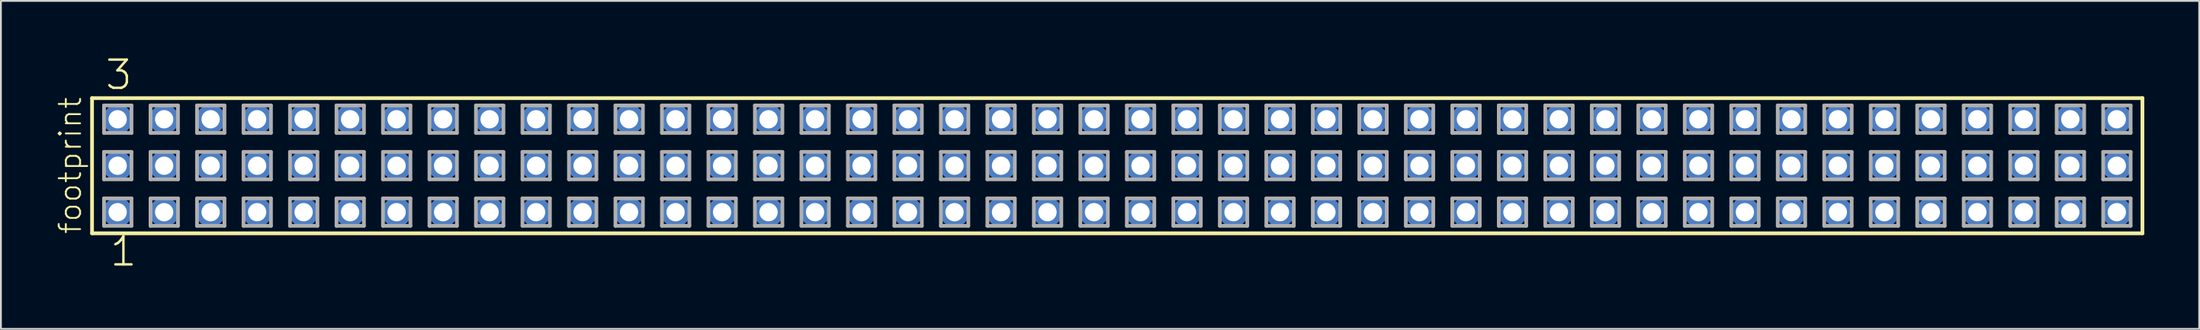
<source format=kicad_pcb>
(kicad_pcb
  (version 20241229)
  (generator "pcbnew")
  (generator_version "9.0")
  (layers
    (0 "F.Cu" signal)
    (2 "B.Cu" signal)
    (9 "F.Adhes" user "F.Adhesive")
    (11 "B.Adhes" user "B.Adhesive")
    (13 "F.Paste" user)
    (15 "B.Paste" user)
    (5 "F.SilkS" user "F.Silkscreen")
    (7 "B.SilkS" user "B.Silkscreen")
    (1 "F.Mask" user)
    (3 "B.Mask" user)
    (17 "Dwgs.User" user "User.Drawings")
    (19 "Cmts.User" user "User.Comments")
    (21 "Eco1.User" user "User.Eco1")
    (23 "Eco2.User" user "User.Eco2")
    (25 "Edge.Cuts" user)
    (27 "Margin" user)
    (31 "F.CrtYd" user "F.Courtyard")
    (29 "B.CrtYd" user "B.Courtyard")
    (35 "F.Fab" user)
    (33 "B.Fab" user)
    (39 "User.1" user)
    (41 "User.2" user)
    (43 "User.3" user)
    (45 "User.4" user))
  (footprint "footprint"
    (layer "F.Cu")
    (at 57.988 6.009)
    (property "Reference" "footprint" (at -56.515 3.81 90) (layer "F.SilkS") (effects (font (size 1.168 1.168) (thickness 0.102)) (justify left bottom)))
    (fp_line (start -56.009 -3.695) (end 56.009 -3.695) (stroke (width 0.203) (type solid)) (layer "F.SilkS"))
    (fp_line (start -56.009 3.695) (end -56.009 -3.695) (stroke (width 0.203) (type solid)) (layer "F.SilkS"))
    (fp_line (start 56.009 -3.695) (end 56.009 3.695) (stroke (width 0.203) (type solid)) (layer "F.SilkS"))
    (fp_line (start 56.009 3.695) (end -56.009 3.695) (stroke (width 0.203) (type solid)) (layer "F.SilkS"))
    (fp_line (start -55.355 -3.295) (end -53.855 -3.295) (stroke (width 0.203) (type solid)) (layer "F.Fab"))
    (fp_line (start -55.355 -1.795) (end -55.355 -3.295) (stroke (width 0.203) (type solid)) (layer "F.Fab"))
    (fp_line (start -55.355 -0.755) (end -53.855 -0.755) (stroke (width 0.203) (type solid)) (layer "F.Fab"))
    (fp_line (start -55.355 0.745) (end -55.355 -0.755) (stroke (width 0.203) (type solid)) (layer "F.Fab"))
    (fp_line (start -55.355 1.785) (end -53.855 1.785) (stroke (width 0.203) (type solid)) (layer "F.Fab"))
    (fp_line (start -55.355 3.285) (end -55.355 1.785) (stroke (width 0.203) (type solid)) (layer "F.Fab"))
    (fp_line (start -53.855 -3.295) (end -53.855 -1.795) (stroke (width 0.203) (type solid)) (layer "F.Fab"))
    (fp_line (start -53.855 -1.795) (end -55.355 -1.795) (stroke (width 0.203) (type solid)) (layer "F.Fab"))
    (fp_line (start -53.855 -0.755) (end -53.855 0.745) (stroke (width 0.203) (type solid)) (layer "F.Fab"))
    (fp_line (start -53.855 0.745) (end -55.355 0.745) (stroke (width 0.203) (type solid)) (layer "F.Fab"))
    (fp_line (start -53.855 1.785) (end -53.855 3.285) (stroke (width 0.203) (type solid)) (layer "F.Fab"))
    (fp_line (start -53.855 3.285) (end -55.355 3.285) (stroke (width 0.203) (type solid)) (layer "F.Fab"))
    (fp_line (start -52.815 -3.295) (end -51.315 -3.295) (stroke (width 0.203) (type solid)) (layer "F.Fab"))
    (fp_line (start -52.815 -1.795) (end -52.815 -3.295) (stroke (width 0.203) (type solid)) (layer "F.Fab"))
    (fp_line (start -52.815 -0.755) (end -51.315 -0.755) (stroke (width 0.203) (type solid)) (layer "F.Fab"))
    (fp_line (start -52.815 0.745) (end -52.815 -0.755) (stroke (width 0.203) (type solid)) (layer "F.Fab"))
    (fp_line (start -52.815 1.785) (end -51.315 1.785) (stroke (width 0.203) (type solid)) (layer "F.Fab"))
    (fp_line (start -52.815 3.285) (end -52.815 1.785) (stroke (width 0.203) (type solid)) (layer "F.Fab"))
    (fp_line (start -51.315 -3.295) (end -51.315 -1.795) (stroke (width 0.203) (type solid)) (layer "F.Fab"))
    (fp_line (start -51.315 -1.795) (end -52.815 -1.795) (stroke (width 0.203) (type solid)) (layer "F.Fab"))
    (fp_line (start -51.315 -0.755) (end -51.315 0.745) (stroke (width 0.203) (type solid)) (layer "F.Fab"))
    (fp_line (start -51.315 0.745) (end -52.815 0.745) (stroke (width 0.203) (type solid)) (layer "F.Fab"))
    (fp_line (start -51.315 1.785) (end -51.315 3.285) (stroke (width 0.203) (type solid)) (layer "F.Fab"))
    (fp_line (start -51.315 3.285) (end -52.815 3.285) (stroke (width 0.203) (type solid)) (layer "F.Fab"))
    (fp_line (start -50.275 -3.295) (end -48.775 -3.295) (stroke (width 0.203) (type solid)) (layer "F.Fab"))
    (fp_line (start -50.275 -1.795) (end -50.275 -3.295) (stroke (width 0.203) (type solid)) (layer "F.Fab"))
    (fp_line (start -50.275 -0.755) (end -48.775 -0.755) (stroke (width 0.203) (type solid)) (layer "F.Fab"))
    (fp_line (start -50.275 0.745) (end -50.275 -0.755) (stroke (width 0.203) (type solid)) (layer "F.Fab"))
    (fp_line (start -50.275 1.785) (end -48.775 1.785) (stroke (width 0.203) (type solid)) (layer "F.Fab"))
    (fp_line (start -50.275 3.285) (end -50.275 1.785) (stroke (width 0.203) (type solid)) (layer "F.Fab"))
    (fp_line (start -48.775 -3.295) (end -48.775 -1.795) (stroke (width 0.203) (type solid)) (layer "F.Fab"))
    (fp_line (start -48.775 -1.795) (end -50.275 -1.795) (stroke (width 0.203) (type solid)) (layer "F.Fab"))
    (fp_line (start -48.775 -0.755) (end -48.775 0.745) (stroke (width 0.203) (type solid)) (layer "F.Fab"))
    (fp_line (start -48.775 0.745) (end -50.275 0.745) (stroke (width 0.203) (type solid)) (layer "F.Fab"))
    (fp_line (start -48.775 1.785) (end -48.775 3.285) (stroke (width 0.203) (type solid)) (layer "F.Fab"))
    (fp_line (start -48.775 3.285) (end -50.275 3.285) (stroke (width 0.203) (type solid)) (layer "F.Fab"))
    (fp_line (start -47.735 -3.295) (end -46.235 -3.295) (stroke (width 0.203) (type solid)) (layer "F.Fab"))
    (fp_line (start -47.735 -1.795) (end -47.735 -3.295) (stroke (width 0.203) (type solid)) (layer "F.Fab"))
    (fp_line (start -47.735 -0.755) (end -46.235 -0.755) (stroke (width 0.203) (type solid)) (layer "F.Fab"))
    (fp_line (start -47.735 0.745) (end -47.735 -0.755) (stroke (width 0.203) (type solid)) (layer "F.Fab"))
    (fp_line (start -47.735 1.785) (end -46.235 1.785) (stroke (width 0.203) (type solid)) (layer "F.Fab"))
    (fp_line (start -47.735 3.285) (end -47.735 1.785) (stroke (width 0.203) (type solid)) (layer "F.Fab"))
    (fp_line (start -46.235 -3.295) (end -46.235 -1.795) (stroke (width 0.203) (type solid)) (layer "F.Fab"))
    (fp_line (start -46.235 -1.795) (end -47.735 -1.795) (stroke (width 0.203) (type solid)) (layer "F.Fab"))
    (fp_line (start -46.235 -0.755) (end -46.235 0.745) (stroke (width 0.203) (type solid)) (layer "F.Fab"))
    (fp_line (start -46.235 0.745) (end -47.735 0.745) (stroke (width 0.203) (type solid)) (layer "F.Fab"))
    (fp_line (start -46.235 1.785) (end -46.235 3.285) (stroke (width 0.203) (type solid)) (layer "F.Fab"))
    (fp_line (start -46.235 3.285) (end -47.735 3.285) (stroke (width 0.203) (type solid)) (layer "F.Fab"))
    (fp_line (start -45.195 -3.295) (end -43.695 -3.295) (stroke (width 0.203) (type solid)) (layer "F.Fab"))
    (fp_line (start -45.195 -1.795) (end -45.195 -3.295) (stroke (width 0.203) (type solid)) (layer "F.Fab"))
    (fp_line (start -45.195 -0.755) (end -43.695 -0.755) (stroke (width 0.203) (type solid)) (layer "F.Fab"))
    (fp_line (start -45.195 0.745) (end -45.195 -0.755) (stroke (width 0.203) (type solid)) (layer "F.Fab"))
    (fp_line (start -45.195 1.785) (end -43.695 1.785) (stroke (width 0.203) (type solid)) (layer "F.Fab"))
    (fp_line (start -45.195 3.285) (end -45.195 1.785) (stroke (width 0.203) (type solid)) (layer "F.Fab"))
    (fp_line (start -43.695 -3.295) (end -43.695 -1.795) (stroke (width 0.203) (type solid)) (layer "F.Fab"))
    (fp_line (start -43.695 -1.795) (end -45.195 -1.795) (stroke (width 0.203) (type solid)) (layer "F.Fab"))
    (fp_line (start -43.695 -0.755) (end -43.695 0.745) (stroke (width 0.203) (type solid)) (layer "F.Fab"))
    (fp_line (start -43.695 0.745) (end -45.195 0.745) (stroke (width 0.203) (type solid)) (layer "F.Fab"))
    (fp_line (start -43.695 1.785) (end -43.695 3.285) (stroke (width 0.203) (type solid)) (layer "F.Fab"))
    (fp_line (start -43.695 3.285) (end -45.195 3.285) (stroke (width 0.203) (type solid)) (layer "F.Fab"))
    (fp_line (start -42.655 -3.295) (end -41.155 -3.295) (stroke (width 0.203) (type solid)) (layer "F.Fab"))
    (fp_line (start -42.655 -1.795) (end -42.655 -3.295) (stroke (width 0.203) (type solid)) (layer "F.Fab"))
    (fp_line (start -42.655 -0.755) (end -41.155 -0.755) (stroke (width 0.203) (type solid)) (layer "F.Fab"))
    (fp_line (start -42.655 0.745) (end -42.655 -0.755) (stroke (width 0.203) (type solid)) (layer "F.Fab"))
    (fp_line (start -42.655 1.785) (end -41.155 1.785) (stroke (width 0.203) (type solid)) (layer "F.Fab"))
    (fp_line (start -42.655 3.285) (end -42.655 1.785) (stroke (width 0.203) (type solid)) (layer "F.Fab"))
    (fp_line (start -41.155 -3.295) (end -41.155 -1.795) (stroke (width 0.203) (type solid)) (layer "F.Fab"))
    (fp_line (start -41.155 -1.795) (end -42.655 -1.795) (stroke (width 0.203) (type solid)) (layer "F.Fab"))
    (fp_line (start -41.155 -0.755) (end -41.155 0.745) (stroke (width 0.203) (type solid)) (layer "F.Fab"))
    (fp_line (start -41.155 0.745) (end -42.655 0.745) (stroke (width 0.203) (type solid)) (layer "F.Fab"))
    (fp_line (start -41.155 1.785) (end -41.155 3.285) (stroke (width 0.203) (type solid)) (layer "F.Fab"))
    (fp_line (start -41.155 3.285) (end -42.655 3.285) (stroke (width 0.203) (type solid)) (layer "F.Fab"))
    (fp_line (start -40.115 -3.295) (end -38.615 -3.295) (stroke (width 0.203) (type solid)) (layer "F.Fab"))
    (fp_line (start -40.115 -1.795) (end -40.115 -3.295) (stroke (width 0.203) (type solid)) (layer "F.Fab"))
    (fp_line (start -40.115 -0.755) (end -38.615 -0.755) (stroke (width 0.203) (type solid)) (layer "F.Fab"))
    (fp_line (start -40.115 0.745) (end -40.115 -0.755) (stroke (width 0.203) (type solid)) (layer "F.Fab"))
    (fp_line (start -40.115 1.785) (end -38.615 1.785) (stroke (width 0.203) (type solid)) (layer "F.Fab"))
    (fp_line (start -40.115 3.285) (end -40.115 1.785) (stroke (width 0.203) (type solid)) (layer "F.Fab"))
    (fp_line (start -38.615 -3.295) (end -38.615 -1.795) (stroke (width 0.203) (type solid)) (layer "F.Fab"))
    (fp_line (start -38.615 -1.795) (end -40.115 -1.795) (stroke (width 0.203) (type solid)) (layer "F.Fab"))
    (fp_line (start -38.615 -0.755) (end -38.615 0.745) (stroke (width 0.203) (type solid)) (layer "F.Fab"))
    (fp_line (start -38.615 0.745) (end -40.115 0.745) (stroke (width 0.203) (type solid)) (layer "F.Fab"))
    (fp_line (start -38.615 1.785) (end -38.615 3.285) (stroke (width 0.203) (type solid)) (layer "F.Fab"))
    (fp_line (start -38.615 3.285) (end -40.115 3.285) (stroke (width 0.203) (type solid)) (layer "F.Fab"))
    (fp_line (start -37.575 -3.295) (end -36.075 -3.295) (stroke (width 0.203) (type solid)) (layer "F.Fab"))
    (fp_line (start -37.575 -1.795) (end -37.575 -3.295) (stroke (width 0.203) (type solid)) (layer "F.Fab"))
    (fp_line (start -37.575 -0.755) (end -36.075 -0.755) (stroke (width 0.203) (type solid)) (layer "F.Fab"))
    (fp_line (start -37.575 0.745) (end -37.575 -0.755) (stroke (width 0.203) (type solid)) (layer "F.Fab"))
    (fp_line (start -37.575 1.785) (end -36.075 1.785) (stroke (width 0.203) (type solid)) (layer "F.Fab"))
    (fp_line (start -37.575 3.285) (end -37.575 1.785) (stroke (width 0.203) (type solid)) (layer "F.Fab"))
    (fp_line (start -36.075 -3.295) (end -36.075 -1.795) (stroke (width 0.203) (type solid)) (layer "F.Fab"))
    (fp_line (start -36.075 -1.795) (end -37.575 -1.795) (stroke (width 0.203) (type solid)) (layer "F.Fab"))
    (fp_line (start -36.075 -0.755) (end -36.075 0.745) (stroke (width 0.203) (type solid)) (layer "F.Fab"))
    (fp_line (start -36.075 0.745) (end -37.575 0.745) (stroke (width 0.203) (type solid)) (layer "F.Fab"))
    (fp_line (start -36.075 1.785) (end -36.075 3.285) (stroke (width 0.203) (type solid)) (layer "F.Fab"))
    (fp_line (start -36.075 3.285) (end -37.575 3.285) (stroke (width 0.203) (type solid)) (layer "F.Fab"))
    (fp_line (start -35.035 -3.295) (end -33.535 -3.295) (stroke (width 0.203) (type solid)) (layer "F.Fab"))
    (fp_line (start -35.035 -1.795) (end -35.035 -3.295) (stroke (width 0.203) (type solid)) (layer "F.Fab"))
    (fp_line (start -35.035 -0.755) (end -33.535 -0.755) (stroke (width 0.203) (type solid)) (layer "F.Fab"))
    (fp_line (start -35.035 0.745) (end -35.035 -0.755) (stroke (width 0.203) (type solid)) (layer "F.Fab"))
    (fp_line (start -35.035 1.785) (end -33.535 1.785) (stroke (width 0.203) (type solid)) (layer "F.Fab"))
    (fp_line (start -35.035 3.285) (end -35.035 1.785) (stroke (width 0.203) (type solid)) (layer "F.Fab"))
    (fp_line (start -33.535 -3.295) (end -33.535 -1.795) (stroke (width 0.203) (type solid)) (layer "F.Fab"))
    (fp_line (start -33.535 -1.795) (end -35.035 -1.795) (stroke (width 0.203) (type solid)) (layer "F.Fab"))
    (fp_line (start -33.535 -0.755) (end -33.535 0.745) (stroke (width 0.203) (type solid)) (layer "F.Fab"))
    (fp_line (start -33.535 0.745) (end -35.035 0.745) (stroke (width 0.203) (type solid)) (layer "F.Fab"))
    (fp_line (start -33.535 1.785) (end -33.535 3.285) (stroke (width 0.203) (type solid)) (layer "F.Fab"))
    (fp_line (start -33.535 3.285) (end -35.035 3.285) (stroke (width 0.203) (type solid)) (layer "F.Fab"))
    (fp_line (start -32.495 -3.295) (end -30.995 -3.295) (stroke (width 0.203) (type solid)) (layer "F.Fab"))
    (fp_line (start -32.495 -1.795) (end -32.495 -3.295) (stroke (width 0.203) (type solid)) (layer "F.Fab"))
    (fp_line (start -32.495 -0.755) (end -30.995 -0.755) (stroke (width 0.203) (type solid)) (layer "F.Fab"))
    (fp_line (start -32.495 0.745) (end -32.495 -0.755) (stroke (width 0.203) (type solid)) (layer "F.Fab"))
    (fp_line (start -32.495 1.785) (end -30.995 1.785) (stroke (width 0.203) (type solid)) (layer "F.Fab"))
    (fp_line (start -32.495 3.285) (end -32.495 1.785) (stroke (width 0.203) (type solid)) (layer "F.Fab"))
    (fp_line (start -30.995 -3.295) (end -30.995 -1.795) (stroke (width 0.203) (type solid)) (layer "F.Fab"))
    (fp_line (start -30.995 -1.795) (end -32.495 -1.795) (stroke (width 0.203) (type solid)) (layer "F.Fab"))
    (fp_line (start -30.995 -0.755) (end -30.995 0.745) (stroke (width 0.203) (type solid)) (layer "F.Fab"))
    (fp_line (start -30.995 0.745) (end -32.495 0.745) (stroke (width 0.203) (type solid)) (layer "F.Fab"))
    (fp_line (start -30.995 1.785) (end -30.995 3.285) (stroke (width 0.203) (type solid)) (layer "F.Fab"))
    (fp_line (start -30.995 3.285) (end -32.495 3.285) (stroke (width 0.203) (type solid)) (layer "F.Fab"))
    (fp_line (start -29.955 -3.295) (end -28.455 -3.295) (stroke (width 0.203) (type solid)) (layer "F.Fab"))
    (fp_line (start -29.955 -1.795) (end -29.955 -3.295) (stroke (width 0.203) (type solid)) (layer "F.Fab"))
    (fp_line (start -29.955 -0.755) (end -28.455 -0.755) (stroke (width 0.203) (type solid)) (layer "F.Fab"))
    (fp_line (start -29.955 0.745) (end -29.955 -0.755) (stroke (width 0.203) (type solid)) (layer "F.Fab"))
    (fp_line (start -29.955 1.785) (end -28.455 1.785) (stroke (width 0.203) (type solid)) (layer "F.Fab"))
    (fp_line (start -29.955 3.285) (end -29.955 1.785) (stroke (width 0.203) (type solid)) (layer "F.Fab"))
    (fp_line (start -28.455 -3.295) (end -28.455 -1.795) (stroke (width 0.203) (type solid)) (layer "F.Fab"))
    (fp_line (start -28.455 -1.795) (end -29.955 -1.795) (stroke (width 0.203) (type solid)) (layer "F.Fab"))
    (fp_line (start -28.455 -0.755) (end -28.455 0.745) (stroke (width 0.203) (type solid)) (layer "F.Fab"))
    (fp_line (start -28.455 0.745) (end -29.955 0.745) (stroke (width 0.203) (type solid)) (layer "F.Fab"))
    (fp_line (start -28.455 1.785) (end -28.455 3.285) (stroke (width 0.203) (type solid)) (layer "F.Fab"))
    (fp_line (start -28.455 3.285) (end -29.955 3.285) (stroke (width 0.203) (type solid)) (layer "F.Fab"))
    (fp_line (start -27.415 -3.295) (end -25.915 -3.295) (stroke (width 0.203) (type solid)) (layer "F.Fab"))
    (fp_line (start -27.415 -1.795) (end -27.415 -3.295) (stroke (width 0.203) (type solid)) (layer "F.Fab"))
    (fp_line (start -27.415 -0.755) (end -25.915 -0.755) (stroke (width 0.203) (type solid)) (layer "F.Fab"))
    (fp_line (start -27.415 0.745) (end -27.415 -0.755) (stroke (width 0.203) (type solid)) (layer "F.Fab"))
    (fp_line (start -27.415 1.785) (end -25.915 1.785) (stroke (width 0.203) (type solid)) (layer "F.Fab"))
    (fp_line (start -27.415 3.285) (end -27.415 1.785) (stroke (width 0.203) (type solid)) (layer "F.Fab"))
    (fp_line (start -25.915 -3.295) (end -25.915 -1.795) (stroke (width 0.203) (type solid)) (layer "F.Fab"))
    (fp_line (start -25.915 -1.795) (end -27.415 -1.795) (stroke (width 0.203) (type solid)) (layer "F.Fab"))
    (fp_line (start -25.915 -0.755) (end -25.915 0.745) (stroke (width 0.203) (type solid)) (layer "F.Fab"))
    (fp_line (start -25.915 0.745) (end -27.415 0.745) (stroke (width 0.203) (type solid)) (layer "F.Fab"))
    (fp_line (start -25.915 1.785) (end -25.915 3.285) (stroke (width 0.203) (type solid)) (layer "F.Fab"))
    (fp_line (start -25.915 3.285) (end -27.415 3.285) (stroke (width 0.203) (type solid)) (layer "F.Fab"))
    (fp_line (start -24.875 -3.295) (end -23.375 -3.295) (stroke (width 0.203) (type solid)) (layer "F.Fab"))
    (fp_line (start -24.875 -1.795) (end -24.875 -3.295) (stroke (width 0.203) (type solid)) (layer "F.Fab"))
    (fp_line (start -24.875 -0.755) (end -23.375 -0.755) (stroke (width 0.203) (type solid)) (layer "F.Fab"))
    (fp_line (start -24.875 0.745) (end -24.875 -0.755) (stroke (width 0.203) (type solid)) (layer "F.Fab"))
    (fp_line (start -24.875 1.785) (end -23.375 1.785) (stroke (width 0.203) (type solid)) (layer "F.Fab"))
    (fp_line (start -24.875 3.285) (end -24.875 1.785) (stroke (width 0.203) (type solid)) (layer "F.Fab"))
    (fp_line (start -23.375 -3.295) (end -23.375 -1.795) (stroke (width 0.203) (type solid)) (layer "F.Fab"))
    (fp_line (start -23.375 -1.795) (end -24.875 -1.795) (stroke (width 0.203) (type solid)) (layer "F.Fab"))
    (fp_line (start -23.375 -0.755) (end -23.375 0.745) (stroke (width 0.203) (type solid)) (layer "F.Fab"))
    (fp_line (start -23.375 0.745) (end -24.875 0.745) (stroke (width 0.203) (type solid)) (layer "F.Fab"))
    (fp_line (start -23.375 1.785) (end -23.375 3.285) (stroke (width 0.203) (type solid)) (layer "F.Fab"))
    (fp_line (start -23.375 3.285) (end -24.875 3.285) (stroke (width 0.203) (type solid)) (layer "F.Fab"))
    (fp_line (start -22.335 -3.295) (end -20.835 -3.295) (stroke (width 0.203) (type solid)) (layer "F.Fab"))
    (fp_line (start -22.335 -1.795) (end -22.335 -3.295) (stroke (width 0.203) (type solid)) (layer "F.Fab"))
    (fp_line (start -22.335 -0.755) (end -20.835 -0.755) (stroke (width 0.203) (type solid)) (layer "F.Fab"))
    (fp_line (start -22.335 0.745) (end -22.335 -0.755) (stroke (width 0.203) (type solid)) (layer "F.Fab"))
    (fp_line (start -22.335 1.785) (end -20.835 1.785) (stroke (width 0.203) (type solid)) (layer "F.Fab"))
    (fp_line (start -22.335 3.285) (end -22.335 1.785) (stroke (width 0.203) (type solid)) (layer "F.Fab"))
    (fp_line (start -20.835 -3.295) (end -20.835 -1.795) (stroke (width 0.203) (type solid)) (layer "F.Fab"))
    (fp_line (start -20.835 -1.795) (end -22.335 -1.795) (stroke (width 0.203) (type solid)) (layer "F.Fab"))
    (fp_line (start -20.835 -0.755) (end -20.835 0.745) (stroke (width 0.203) (type solid)) (layer "F.Fab"))
    (fp_line (start -20.835 0.745) (end -22.335 0.745) (stroke (width 0.203) (type solid)) (layer "F.Fab"))
    (fp_line (start -20.835 1.785) (end -20.835 3.285) (stroke (width 0.203) (type solid)) (layer "F.Fab"))
    (fp_line (start -20.835 3.285) (end -22.335 3.285) (stroke (width 0.203) (type solid)) (layer "F.Fab"))
    (fp_line (start -19.795 -3.295) (end -18.295 -3.295) (stroke (width 0.203) (type solid)) (layer "F.Fab"))
    (fp_line (start -19.795 -1.795) (end -19.795 -3.295) (stroke (width 0.203) (type solid)) (layer "F.Fab"))
    (fp_line (start -19.795 -0.755) (end -18.295 -0.755) (stroke (width 0.203) (type solid)) (layer "F.Fab"))
    (fp_line (start -19.795 0.745) (end -19.795 -0.755) (stroke (width 0.203) (type solid)) (layer "F.Fab"))
    (fp_line (start -19.795 1.785) (end -18.295 1.785) (stroke (width 0.203) (type solid)) (layer "F.Fab"))
    (fp_line (start -19.795 3.285) (end -19.795 1.785) (stroke (width 0.203) (type solid)) (layer "F.Fab"))
    (fp_line (start -18.295 -3.295) (end -18.295 -1.795) (stroke (width 0.203) (type solid)) (layer "F.Fab"))
    (fp_line (start -18.295 -1.795) (end -19.795 -1.795) (stroke (width 0.203) (type solid)) (layer "F.Fab"))
    (fp_line (start -18.295 -0.755) (end -18.295 0.745) (stroke (width 0.203) (type solid)) (layer "F.Fab"))
    (fp_line (start -18.295 0.745) (end -19.795 0.745) (stroke (width 0.203) (type solid)) (layer "F.Fab"))
    (fp_line (start -18.295 1.785) (end -18.295 3.285) (stroke (width 0.203) (type solid)) (layer "F.Fab"))
    (fp_line (start -18.295 3.285) (end -19.795 3.285) (stroke (width 0.203) (type solid)) (layer "F.Fab"))
    (fp_line (start -17.255 -3.295) (end -15.755 -3.295) (stroke (width 0.203) (type solid)) (layer "F.Fab"))
    (fp_line (start -17.255 -1.795) (end -17.255 -3.295) (stroke (width 0.203) (type solid)) (layer "F.Fab"))
    (fp_line (start -17.255 -0.755) (end -15.755 -0.755) (stroke (width 0.203) (type solid)) (layer "F.Fab"))
    (fp_line (start -17.255 0.745) (end -17.255 -0.755) (stroke (width 0.203) (type solid)) (layer "F.Fab"))
    (fp_line (start -17.255 1.785) (end -15.755 1.785) (stroke (width 0.203) (type solid)) (layer "F.Fab"))
    (fp_line (start -17.255 3.285) (end -17.255 1.785) (stroke (width 0.203) (type solid)) (layer "F.Fab"))
    (fp_line (start -15.755 -3.295) (end -15.755 -1.795) (stroke (width 0.203) (type solid)) (layer "F.Fab"))
    (fp_line (start -15.755 -1.795) (end -17.255 -1.795) (stroke (width 0.203) (type solid)) (layer "F.Fab"))
    (fp_line (start -15.755 -0.755) (end -15.755 0.745) (stroke (width 0.203) (type solid)) (layer "F.Fab"))
    (fp_line (start -15.755 0.745) (end -17.255 0.745) (stroke (width 0.203) (type solid)) (layer "F.Fab"))
    (fp_line (start -15.755 1.785) (end -15.755 3.285) (stroke (width 0.203) (type solid)) (layer "F.Fab"))
    (fp_line (start -15.755 3.285) (end -17.255 3.285) (stroke (width 0.203) (type solid)) (layer "F.Fab"))
    (fp_line (start -14.715 -3.295) (end -13.215 -3.295) (stroke (width 0.203) (type solid)) (layer "F.Fab"))
    (fp_line (start -14.715 -1.795) (end -14.715 -3.295) (stroke (width 0.203) (type solid)) (layer "F.Fab"))
    (fp_line (start -14.715 -0.755) (end -13.215 -0.755) (stroke (width 0.203) (type solid)) (layer "F.Fab"))
    (fp_line (start -14.715 0.745) (end -14.715 -0.755) (stroke (width 0.203) (type solid)) (layer "F.Fab"))
    (fp_line (start -14.715 1.785) (end -13.215 1.785) (stroke (width 0.203) (type solid)) (layer "F.Fab"))
    (fp_line (start -14.715 3.285) (end -14.715 1.785) (stroke (width 0.203) (type solid)) (layer "F.Fab"))
    (fp_line (start -13.215 -3.295) (end -13.215 -1.795) (stroke (width 0.203) (type solid)) (layer "F.Fab"))
    (fp_line (start -13.215 -1.795) (end -14.715 -1.795) (stroke (width 0.203) (type solid)) (layer "F.Fab"))
    (fp_line (start -13.215 -0.755) (end -13.215 0.745) (stroke (width 0.203) (type solid)) (layer "F.Fab"))
    (fp_line (start -13.215 0.745) (end -14.715 0.745) (stroke (width 0.203) (type solid)) (layer "F.Fab"))
    (fp_line (start -13.215 1.785) (end -13.215 3.285) (stroke (width 0.203) (type solid)) (layer "F.Fab"))
    (fp_line (start -13.215 3.285) (end -14.715 3.285) (stroke (width 0.203) (type solid)) (layer "F.Fab"))
    (fp_line (start -12.175 -3.295) (end -10.675 -3.295) (stroke (width 0.203) (type solid)) (layer "F.Fab"))
    (fp_line (start -12.175 -1.795) (end -12.175 -3.295) (stroke (width 0.203) (type solid)) (layer "F.Fab"))
    (fp_line (start -12.175 -0.755) (end -10.675 -0.755) (stroke (width 0.203) (type solid)) (layer "F.Fab"))
    (fp_line (start -12.175 0.745) (end -12.175 -0.755) (stroke (width 0.203) (type solid)) (layer "F.Fab"))
    (fp_line (start -12.175 1.785) (end -10.675 1.785) (stroke (width 0.203) (type solid)) (layer "F.Fab"))
    (fp_line (start -12.175 3.285) (end -12.175 1.785) (stroke (width 0.203) (type solid)) (layer "F.Fab"))
    (fp_line (start -10.675 -3.295) (end -10.675 -1.795) (stroke (width 0.203) (type solid)) (layer "F.Fab"))
    (fp_line (start -10.675 -1.795) (end -12.175 -1.795) (stroke (width 0.203) (type solid)) (layer "F.Fab"))
    (fp_line (start -10.675 -0.755) (end -10.675 0.745) (stroke (width 0.203) (type solid)) (layer "F.Fab"))
    (fp_line (start -10.675 0.745) (end -12.175 0.745) (stroke (width 0.203) (type solid)) (layer "F.Fab"))
    (fp_line (start -10.675 1.785) (end -10.675 3.285) (stroke (width 0.203) (type solid)) (layer "F.Fab"))
    (fp_line (start -10.675 3.285) (end -12.175 3.285) (stroke (width 0.203) (type solid)) (layer "F.Fab"))
    (fp_line (start -9.635 -3.295) (end -8.135 -3.295) (stroke (width 0.203) (type solid)) (layer "F.Fab"))
    (fp_line (start -9.635 -1.795) (end -9.635 -3.295) (stroke (width 0.203) (type solid)) (layer "F.Fab"))
    (fp_line (start -9.635 -0.755) (end -8.135 -0.755) (stroke (width 0.203) (type solid)) (layer "F.Fab"))
    (fp_line (start -9.635 0.745) (end -9.635 -0.755) (stroke (width 0.203) (type solid)) (layer "F.Fab"))
    (fp_line (start -9.635 1.785) (end -8.135 1.785) (stroke (width 0.203) (type solid)) (layer "F.Fab"))
    (fp_line (start -9.635 3.285) (end -9.635 1.785) (stroke (width 0.203) (type solid)) (layer "F.Fab"))
    (fp_line (start -8.135 -3.295) (end -8.135 -1.795) (stroke (width 0.203) (type solid)) (layer "F.Fab"))
    (fp_line (start -8.135 -1.795) (end -9.635 -1.795) (stroke (width 0.203) (type solid)) (layer "F.Fab"))
    (fp_line (start -8.135 -0.755) (end -8.135 0.745) (stroke (width 0.203) (type solid)) (layer "F.Fab"))
    (fp_line (start -8.135 0.745) (end -9.635 0.745) (stroke (width 0.203) (type solid)) (layer "F.Fab"))
    (fp_line (start -8.135 1.785) (end -8.135 3.285) (stroke (width 0.203) (type solid)) (layer "F.Fab"))
    (fp_line (start -8.135 3.285) (end -9.635 3.285) (stroke (width 0.203) (type solid)) (layer "F.Fab"))
    (fp_line (start -7.095 -3.295) (end -5.595 -3.295) (stroke (width 0.203) (type solid)) (layer "F.Fab"))
    (fp_line (start -7.095 -1.795) (end -7.095 -3.295) (stroke (width 0.203) (type solid)) (layer "F.Fab"))
    (fp_line (start -7.095 -0.755) (end -5.595 -0.755) (stroke (width 0.203) (type solid)) (layer "F.Fab"))
    (fp_line (start -7.095 0.745) (end -7.095 -0.755) (stroke (width 0.203) (type solid)) (layer "F.Fab"))
    (fp_line (start -7.095 1.785) (end -5.595 1.785) (stroke (width 0.203) (type solid)) (layer "F.Fab"))
    (fp_line (start -7.095 3.285) (end -7.095 1.785) (stroke (width 0.203) (type solid)) (layer "F.Fab"))
    (fp_line (start -5.595 -3.295) (end -5.595 -1.795) (stroke (width 0.203) (type solid)) (layer "F.Fab"))
    (fp_line (start -5.595 -1.795) (end -7.095 -1.795) (stroke (width 0.203) (type solid)) (layer "F.Fab"))
    (fp_line (start -5.595 -0.755) (end -5.595 0.745) (stroke (width 0.203) (type solid)) (layer "F.Fab"))
    (fp_line (start -5.595 0.745) (end -7.095 0.745) (stroke (width 0.203) (type solid)) (layer "F.Fab"))
    (fp_line (start -5.595 1.785) (end -5.595 3.285) (stroke (width 0.203) (type solid)) (layer "F.Fab"))
    (fp_line (start -5.595 3.285) (end -7.095 3.285) (stroke (width 0.203) (type solid)) (layer "F.Fab"))
    (fp_line (start -4.555 -3.295) (end -3.055 -3.295) (stroke (width 0.203) (type solid)) (layer "F.Fab"))
    (fp_line (start -4.555 -1.795) (end -4.555 -3.295) (stroke (width 0.203) (type solid)) (layer "F.Fab"))
    (fp_line (start -4.555 -0.755) (end -3.055 -0.755) (stroke (width 0.203) (type solid)) (layer "F.Fab"))
    (fp_line (start -4.555 0.745) (end -4.555 -0.755) (stroke (width 0.203) (type solid)) (layer "F.Fab"))
    (fp_line (start -4.555 1.785) (end -3.055 1.785) (stroke (width 0.203) (type solid)) (layer "F.Fab"))
    (fp_line (start -4.555 3.285) (end -4.555 1.785) (stroke (width 0.203) (type solid)) (layer "F.Fab"))
    (fp_line (start -3.055 -3.295) (end -3.055 -1.795) (stroke (width 0.203) (type solid)) (layer "F.Fab"))
    (fp_line (start -3.055 -1.795) (end -4.555 -1.795) (stroke (width 0.203) (type solid)) (layer "F.Fab"))
    (fp_line (start -3.055 -0.755) (end -3.055 0.745) (stroke (width 0.203) (type solid)) (layer "F.Fab"))
    (fp_line (start -3.055 0.745) (end -4.555 0.745) (stroke (width 0.203) (type solid)) (layer "F.Fab"))
    (fp_line (start -3.055 1.785) (end -3.055 3.285) (stroke (width 0.203) (type solid)) (layer "F.Fab"))
    (fp_line (start -3.055 3.285) (end -4.555 3.285) (stroke (width 0.203) (type solid)) (layer "F.Fab"))
    (fp_line (start -2.015 -3.295) (end -0.515 -3.295) (stroke (width 0.203) (type solid)) (layer "F.Fab"))
    (fp_line (start -2.015 -1.795) (end -2.015 -3.295) (stroke (width 0.203) (type solid)) (layer "F.Fab"))
    (fp_line (start -2.015 -0.755) (end -0.515 -0.755) (stroke (width 0.203) (type solid)) (layer "F.Fab"))
    (fp_line (start -2.015 0.745) (end -2.015 -0.755) (stroke (width 0.203) (type solid)) (layer "F.Fab"))
    (fp_line (start -2.015 1.785) (end -0.515 1.785) (stroke (width 0.203) (type solid)) (layer "F.Fab"))
    (fp_line (start -2.015 3.285) (end -2.015 1.785) (stroke (width 0.203) (type solid)) (layer "F.Fab"))
    (fp_line (start -0.515 -3.295) (end -0.515 -1.795) (stroke (width 0.203) (type solid)) (layer "F.Fab"))
    (fp_line (start -0.515 -1.795) (end -2.015 -1.795) (stroke (width 0.203) (type solid)) (layer "F.Fab"))
    (fp_line (start -0.515 -0.755) (end -0.515 0.745) (stroke (width 0.203) (type solid)) (layer "F.Fab"))
    (fp_line (start -0.515 0.745) (end -2.015 0.745) (stroke (width 0.203) (type solid)) (layer "F.Fab"))
    (fp_line (start -0.515 1.785) (end -0.515 3.285) (stroke (width 0.203) (type solid)) (layer "F.Fab"))
    (fp_line (start -0.515 3.285) (end -2.015 3.285) (stroke (width 0.203) (type solid)) (layer "F.Fab"))
    (fp_line (start 0.525 -3.295) (end 2.025 -3.295) (stroke (width 0.203) (type solid)) (layer "F.Fab"))
    (fp_line (start 0.525 -1.795) (end 0.525 -3.295) (stroke (width 0.203) (type solid)) (layer "F.Fab"))
    (fp_line (start 0.525 -0.755) (end 2.025 -0.755) (stroke (width 0.203) (type solid)) (layer "F.Fab"))
    (fp_line (start 0.525 0.745) (end 0.525 -0.755) (stroke (width 0.203) (type solid)) (layer "F.Fab"))
    (fp_line (start 0.525 1.785) (end 2.025 1.785) (stroke (width 0.203) (type solid)) (layer "F.Fab"))
    (fp_line (start 0.525 3.285) (end 0.525 1.785) (stroke (width 0.203) (type solid)) (layer "F.Fab"))
    (fp_line (start 2.025 -3.295) (end 2.025 -1.795) (stroke (width 0.203) (type solid)) (layer "F.Fab"))
    (fp_line (start 2.025 -1.795) (end 0.525 -1.795) (stroke (width 0.203) (type solid)) (layer "F.Fab"))
    (fp_line (start 2.025 -0.755) (end 2.025 0.745) (stroke (width 0.203) (type solid)) (layer "F.Fab"))
    (fp_line (start 2.025 0.745) (end 0.525 0.745) (stroke (width 0.203) (type solid)) (layer "F.Fab"))
    (fp_line (start 2.025 1.785) (end 2.025 3.285) (stroke (width 0.203) (type solid)) (layer "F.Fab"))
    (fp_line (start 2.025 3.285) (end 0.525 3.285) (stroke (width 0.203) (type solid)) (layer "F.Fab"))
    (fp_line (start 3.065 -3.295) (end 4.565 -3.295) (stroke (width 0.203) (type solid)) (layer "F.Fab"))
    (fp_line (start 3.065 -1.795) (end 3.065 -3.295) (stroke (width 0.203) (type solid)) (layer "F.Fab"))
    (fp_line (start 3.065 -0.755) (end 4.565 -0.755) (stroke (width 0.203) (type solid)) (layer "F.Fab"))
    (fp_line (start 3.065 0.745) (end 3.065 -0.755) (stroke (width 0.203) (type solid)) (layer "F.Fab"))
    (fp_line (start 3.065 1.785) (end 4.565 1.785) (stroke (width 0.203) (type solid)) (layer "F.Fab"))
    (fp_line (start 3.065 3.285) (end 3.065 1.785) (stroke (width 0.203) (type solid)) (layer "F.Fab"))
    (fp_line (start 4.565 -3.295) (end 4.565 -1.795) (stroke (width 0.203) (type solid)) (layer "F.Fab"))
    (fp_line (start 4.565 -1.795) (end 3.065 -1.795) (stroke (width 0.203) (type solid)) (layer "F.Fab"))
    (fp_line (start 4.565 -0.755) (end 4.565 0.745) (stroke (width 0.203) (type solid)) (layer "F.Fab"))
    (fp_line (start 4.565 0.745) (end 3.065 0.745) (stroke (width 0.203) (type solid)) (layer "F.Fab"))
    (fp_line (start 4.565 1.785) (end 4.565 3.285) (stroke (width 0.203) (type solid)) (layer "F.Fab"))
    (fp_line (start 4.565 3.285) (end 3.065 3.285) (stroke (width 0.203) (type solid)) (layer "F.Fab"))
    (fp_line (start 5.605 -3.295) (end 7.105 -3.295) (stroke (width 0.203) (type solid)) (layer "F.Fab"))
    (fp_line (start 5.605 -1.795) (end 5.605 -3.295) (stroke (width 0.203) (type solid)) (layer "F.Fab"))
    (fp_line (start 5.605 -0.755) (end 7.105 -0.755) (stroke (width 0.203) (type solid)) (layer "F.Fab"))
    (fp_line (start 5.605 0.745) (end 5.605 -0.755) (stroke (width 0.203) (type solid)) (layer "F.Fab"))
    (fp_line (start 5.605 1.785) (end 7.105 1.785) (stroke (width 0.203) (type solid)) (layer "F.Fab"))
    (fp_line (start 5.605 3.285) (end 5.605 1.785) (stroke (width 0.203) (type solid)) (layer "F.Fab"))
    (fp_line (start 7.105 -3.295) (end 7.105 -1.795) (stroke (width 0.203) (type solid)) (layer "F.Fab"))
    (fp_line (start 7.105 -1.795) (end 5.605 -1.795) (stroke (width 0.203) (type solid)) (layer "F.Fab"))
    (fp_line (start 7.105 -0.755) (end 7.105 0.745) (stroke (width 0.203) (type solid)) (layer "F.Fab"))
    (fp_line (start 7.105 0.745) (end 5.605 0.745) (stroke (width 0.203) (type solid)) (layer "F.Fab"))
    (fp_line (start 7.105 1.785) (end 7.105 3.285) (stroke (width 0.203) (type solid)) (layer "F.Fab"))
    (fp_line (start 7.105 3.285) (end 5.605 3.285) (stroke (width 0.203) (type solid)) (layer "F.Fab"))
    (fp_line (start 8.145 -3.295) (end 9.645 -3.295) (stroke (width 0.203) (type solid)) (layer "F.Fab"))
    (fp_line (start 8.145 -1.795) (end 8.145 -3.295) (stroke (width 0.203) (type solid)) (layer "F.Fab"))
    (fp_line (start 8.145 -0.755) (end 9.645 -0.755) (stroke (width 0.203) (type solid)) (layer "F.Fab"))
    (fp_line (start 8.145 0.745) (end 8.145 -0.755) (stroke (width 0.203) (type solid)) (layer "F.Fab"))
    (fp_line (start 8.145 1.785) (end 9.645 1.785) (stroke (width 0.203) (type solid)) (layer "F.Fab"))
    (fp_line (start 8.145 3.285) (end 8.145 1.785) (stroke (width 0.203) (type solid)) (layer "F.Fab"))
    (fp_line (start 9.645 -3.295) (end 9.645 -1.795) (stroke (width 0.203) (type solid)) (layer "F.Fab"))
    (fp_line (start 9.645 -1.795) (end 8.145 -1.795) (stroke (width 0.203) (type solid)) (layer "F.Fab"))
    (fp_line (start 9.645 -0.755) (end 9.645 0.745) (stroke (width 0.203) (type solid)) (layer "F.Fab"))
    (fp_line (start 9.645 0.745) (end 8.145 0.745) (stroke (width 0.203) (type solid)) (layer "F.Fab"))
    (fp_line (start 9.645 1.785) (end 9.645 3.285) (stroke (width 0.203) (type solid)) (layer "F.Fab"))
    (fp_line (start 9.645 3.285) (end 8.145 3.285) (stroke (width 0.203) (type solid)) (layer "F.Fab"))
    (fp_line (start 10.685 -3.295) (end 12.185 -3.295) (stroke (width 0.203) (type solid)) (layer "F.Fab"))
    (fp_line (start 10.685 -1.795) (end 10.685 -3.295) (stroke (width 0.203) (type solid)) (layer "F.Fab"))
    (fp_line (start 10.685 -0.755) (end 12.185 -0.755) (stroke (width 0.203) (type solid)) (layer "F.Fab"))
    (fp_line (start 10.685 0.745) (end 10.685 -0.755) (stroke (width 0.203) (type solid)) (layer "F.Fab"))
    (fp_line (start 10.685 1.785) (end 12.185 1.785) (stroke (width 0.203) (type solid)) (layer "F.Fab"))
    (fp_line (start 10.685 3.285) (end 10.685 1.785) (stroke (width 0.203) (type solid)) (layer "F.Fab"))
    (fp_line (start 12.185 -3.295) (end 12.185 -1.795) (stroke (width 0.203) (type solid)) (layer "F.Fab"))
    (fp_line (start 12.185 -1.795) (end 10.685 -1.795) (stroke (width 0.203) (type solid)) (layer "F.Fab"))
    (fp_line (start 12.185 -0.755) (end 12.185 0.745) (stroke (width 0.203) (type solid)) (layer "F.Fab"))
    (fp_line (start 12.185 0.745) (end 10.685 0.745) (stroke (width 0.203) (type solid)) (layer "F.Fab"))
    (fp_line (start 12.185 1.785) (end 12.185 3.285) (stroke (width 0.203) (type solid)) (layer "F.Fab"))
    (fp_line (start 12.185 3.285) (end 10.685 3.285) (stroke (width 0.203) (type solid)) (layer "F.Fab"))
    (fp_line (start 13.225 -3.295) (end 14.725 -3.295) (stroke (width 0.203) (type solid)) (layer "F.Fab"))
    (fp_line (start 13.225 -1.795) (end 13.225 -3.295) (stroke (width 0.203) (type solid)) (layer "F.Fab"))
    (fp_line (start 13.225 -0.755) (end 14.725 -0.755) (stroke (width 0.203) (type solid)) (layer "F.Fab"))
    (fp_line (start 13.225 0.745) (end 13.225 -0.755) (stroke (width 0.203) (type solid)) (layer "F.Fab"))
    (fp_line (start 13.225 1.785) (end 14.725 1.785) (stroke (width 0.203) (type solid)) (layer "F.Fab"))
    (fp_line (start 13.225 3.285) (end 13.225 1.785) (stroke (width 0.203) (type solid)) (layer "F.Fab"))
    (fp_line (start 14.725 -3.295) (end 14.725 -1.795) (stroke (width 0.203) (type solid)) (layer "F.Fab"))
    (fp_line (start 14.725 -1.795) (end 13.225 -1.795) (stroke (width 0.203) (type solid)) (layer "F.Fab"))
    (fp_line (start 14.725 -0.755) (end 14.725 0.745) (stroke (width 0.203) (type solid)) (layer "F.Fab"))
    (fp_line (start 14.725 0.745) (end 13.225 0.745) (stroke (width 0.203) (type solid)) (layer "F.Fab"))
    (fp_line (start 14.725 1.785) (end 14.725 3.285) (stroke (width 0.203) (type solid)) (layer "F.Fab"))
    (fp_line (start 14.725 3.285) (end 13.225 3.285) (stroke (width 0.203) (type solid)) (layer "F.Fab"))
    (fp_line (start 15.765 -3.295) (end 17.265 -3.295) (stroke (width 0.203) (type solid)) (layer "F.Fab"))
    (fp_line (start 15.765 -1.795) (end 15.765 -3.295) (stroke (width 0.203) (type solid)) (layer "F.Fab"))
    (fp_line (start 15.765 -0.755) (end 17.265 -0.755) (stroke (width 0.203) (type solid)) (layer "F.Fab"))
    (fp_line (start 15.765 0.745) (end 15.765 -0.755) (stroke (width 0.203) (type solid)) (layer "F.Fab"))
    (fp_line (start 15.765 1.785) (end 17.265 1.785) (stroke (width 0.203) (type solid)) (layer "F.Fab"))
    (fp_line (start 15.765 3.285) (end 15.765 1.785) (stroke (width 0.203) (type solid)) (layer "F.Fab"))
    (fp_line (start 17.265 -3.295) (end 17.265 -1.795) (stroke (width 0.203) (type solid)) (layer "F.Fab"))
    (fp_line (start 17.265 -1.795) (end 15.765 -1.795) (stroke (width 0.203) (type solid)) (layer "F.Fab"))
    (fp_line (start 17.265 -0.755) (end 17.265 0.745) (stroke (width 0.203) (type solid)) (layer "F.Fab"))
    (fp_line (start 17.265 0.745) (end 15.765 0.745) (stroke (width 0.203) (type solid)) (layer "F.Fab"))
    (fp_line (start 17.265 1.785) (end 17.265 3.285) (stroke (width 0.203) (type solid)) (layer "F.Fab"))
    (fp_line (start 17.265 3.285) (end 15.765 3.285) (stroke (width 0.203) (type solid)) (layer "F.Fab"))
    (fp_line (start 18.305 -3.295) (end 19.805 -3.295) (stroke (width 0.203) (type solid)) (layer "F.Fab"))
    (fp_line (start 18.305 -1.795) (end 18.305 -3.295) (stroke (width 0.203) (type solid)) (layer "F.Fab"))
    (fp_line (start 18.305 -0.755) (end 19.805 -0.755) (stroke (width 0.203) (type solid)) (layer "F.Fab"))
    (fp_line (start 18.305 0.745) (end 18.305 -0.755) (stroke (width 0.203) (type solid)) (layer "F.Fab"))
    (fp_line (start 18.305 1.785) (end 19.805 1.785) (stroke (width 0.203) (type solid)) (layer "F.Fab"))
    (fp_line (start 18.305 3.285) (end 18.305 1.785) (stroke (width 0.203) (type solid)) (layer "F.Fab"))
    (fp_line (start 19.805 -3.295) (end 19.805 -1.795) (stroke (width 0.203) (type solid)) (layer "F.Fab"))
    (fp_line (start 19.805 -1.795) (end 18.305 -1.795) (stroke (width 0.203) (type solid)) (layer "F.Fab"))
    (fp_line (start 19.805 -0.755) (end 19.805 0.745) (stroke (width 0.203) (type solid)) (layer "F.Fab"))
    (fp_line (start 19.805 0.745) (end 18.305 0.745) (stroke (width 0.203) (type solid)) (layer "F.Fab"))
    (fp_line (start 19.805 1.785) (end 19.805 3.285) (stroke (width 0.203) (type solid)) (layer "F.Fab"))
    (fp_line (start 19.805 3.285) (end 18.305 3.285) (stroke (width 0.203) (type solid)) (layer "F.Fab"))
    (fp_line (start 20.845 -3.295) (end 22.345 -3.295) (stroke (width 0.203) (type solid)) (layer "F.Fab"))
    (fp_line (start 20.845 -1.795) (end 20.845 -3.295) (stroke (width 0.203) (type solid)) (layer "F.Fab"))
    (fp_line (start 20.845 -0.755) (end 22.345 -0.755) (stroke (width 0.203) (type solid)) (layer "F.Fab"))
    (fp_line (start 20.845 0.745) (end 20.845 -0.755) (stroke (width 0.203) (type solid)) (layer "F.Fab"))
    (fp_line (start 20.845 1.785) (end 22.345 1.785) (stroke (width 0.203) (type solid)) (layer "F.Fab"))
    (fp_line (start 20.845 3.285) (end 20.845 1.785) (stroke (width 0.203) (type solid)) (layer "F.Fab"))
    (fp_line (start 22.345 -3.295) (end 22.345 -1.795) (stroke (width 0.203) (type solid)) (layer "F.Fab"))
    (fp_line (start 22.345 -1.795) (end 20.845 -1.795) (stroke (width 0.203) (type solid)) (layer "F.Fab"))
    (fp_line (start 22.345 -0.755) (end 22.345 0.745) (stroke (width 0.203) (type solid)) (layer "F.Fab"))
    (fp_line (start 22.345 0.745) (end 20.845 0.745) (stroke (width 0.203) (type solid)) (layer "F.Fab"))
    (fp_line (start 22.345 1.785) (end 22.345 3.285) (stroke (width 0.203) (type solid)) (layer "F.Fab"))
    (fp_line (start 22.345 3.285) (end 20.845 3.285) (stroke (width 0.203) (type solid)) (layer "F.Fab"))
    (fp_line (start 23.385 -3.295) (end 24.885 -3.295) (stroke (width 0.203) (type solid)) (layer "F.Fab"))
    (fp_line (start 23.385 -1.795) (end 23.385 -3.295) (stroke (width 0.203) (type solid)) (layer "F.Fab"))
    (fp_line (start 23.385 -0.755) (end 24.885 -0.755) (stroke (width 0.203) (type solid)) (layer "F.Fab"))
    (fp_line (start 23.385 0.745) (end 23.385 -0.755) (stroke (width 0.203) (type solid)) (layer "F.Fab"))
    (fp_line (start 23.385 1.785) (end 24.885 1.785) (stroke (width 0.203) (type solid)) (layer "F.Fab"))
    (fp_line (start 23.385 3.285) (end 23.385 1.785) (stroke (width 0.203) (type solid)) (layer "F.Fab"))
    (fp_line (start 24.885 -3.295) (end 24.885 -1.795) (stroke (width 0.203) (type solid)) (layer "F.Fab"))
    (fp_line (start 24.885 -1.795) (end 23.385 -1.795) (stroke (width 0.203) (type solid)) (layer "F.Fab"))
    (fp_line (start 24.885 -0.755) (end 24.885 0.745) (stroke (width 0.203) (type solid)) (layer "F.Fab"))
    (fp_line (start 24.885 0.745) (end 23.385 0.745) (stroke (width 0.203) (type solid)) (layer "F.Fab"))
    (fp_line (start 24.885 1.785) (end 24.885 3.285) (stroke (width 0.203) (type solid)) (layer "F.Fab"))
    (fp_line (start 24.885 3.285) (end 23.385 3.285) (stroke (width 0.203) (type solid)) (layer "F.Fab"))
    (fp_line (start 25.925 -3.295) (end 27.425 -3.295) (stroke (width 0.203) (type solid)) (layer "F.Fab"))
    (fp_line (start 25.925 -1.795) (end 25.925 -3.295) (stroke (width 0.203) (type solid)) (layer "F.Fab"))
    (fp_line (start 25.925 -0.755) (end 27.425 -0.755) (stroke (width 0.203) (type solid)) (layer "F.Fab"))
    (fp_line (start 25.925 0.745) (end 25.925 -0.755) (stroke (width 0.203) (type solid)) (layer "F.Fab"))
    (fp_line (start 25.925 1.785) (end 27.425 1.785) (stroke (width 0.203) (type solid)) (layer "F.Fab"))
    (fp_line (start 25.925 3.285) (end 25.925 1.785) (stroke (width 0.203) (type solid)) (layer "F.Fab"))
    (fp_line (start 27.425 -3.295) (end 27.425 -1.795) (stroke (width 0.203) (type solid)) (layer "F.Fab"))
    (fp_line (start 27.425 -1.795) (end 25.925 -1.795) (stroke (width 0.203) (type solid)) (layer "F.Fab"))
    (fp_line (start 27.425 -0.755) (end 27.425 0.745) (stroke (width 0.203) (type solid)) (layer "F.Fab"))
    (fp_line (start 27.425 0.745) (end 25.925 0.745) (stroke (width 0.203) (type solid)) (layer "F.Fab"))
    (fp_line (start 27.425 1.785) (end 27.425 3.285) (stroke (width 0.203) (type solid)) (layer "F.Fab"))
    (fp_line (start 27.425 3.285) (end 25.925 3.285) (stroke (width 0.203) (type solid)) (layer "F.Fab"))
    (fp_line (start 28.465 -3.295) (end 29.965 -3.295) (stroke (width 0.203) (type solid)) (layer "F.Fab"))
    (fp_line (start 28.465 -1.795) (end 28.465 -3.295) (stroke (width 0.203) (type solid)) (layer "F.Fab"))
    (fp_line (start 28.465 -0.755) (end 29.965 -0.755) (stroke (width 0.203) (type solid)) (layer "F.Fab"))
    (fp_line (start 28.465 0.745) (end 28.465 -0.755) (stroke (width 0.203) (type solid)) (layer "F.Fab"))
    (fp_line (start 28.465 1.785) (end 29.965 1.785) (stroke (width 0.203) (type solid)) (layer "F.Fab"))
    (fp_line (start 28.465 3.285) (end 28.465 1.785) (stroke (width 0.203) (type solid)) (layer "F.Fab"))
    (fp_line (start 29.965 -3.295) (end 29.965 -1.795) (stroke (width 0.203) (type solid)) (layer "F.Fab"))
    (fp_line (start 29.965 -1.795) (end 28.465 -1.795) (stroke (width 0.203) (type solid)) (layer "F.Fab"))
    (fp_line (start 29.965 -0.755) (end 29.965 0.745) (stroke (width 0.203) (type solid)) (layer "F.Fab"))
    (fp_line (start 29.965 0.745) (end 28.465 0.745) (stroke (width 0.203) (type solid)) (layer "F.Fab"))
    (fp_line (start 29.965 1.785) (end 29.965 3.285) (stroke (width 0.203) (type solid)) (layer "F.Fab"))
    (fp_line (start 29.965 3.285) (end 28.465 3.285) (stroke (width 0.203) (type solid)) (layer "F.Fab"))
    (fp_line (start 31.005 -3.295) (end 32.505 -3.295) (stroke (width 0.203) (type solid)) (layer "F.Fab"))
    (fp_line (start 31.005 -1.795) (end 31.005 -3.295) (stroke (width 0.203) (type solid)) (layer "F.Fab"))
    (fp_line (start 31.005 -0.755) (end 32.505 -0.755) (stroke (width 0.203) (type solid)) (layer "F.Fab"))
    (fp_line (start 31.005 0.745) (end 31.005 -0.755) (stroke (width 0.203) (type solid)) (layer "F.Fab"))
    (fp_line (start 31.005 1.785) (end 32.505 1.785) (stroke (width 0.203) (type solid)) (layer "F.Fab"))
    (fp_line (start 31.005 3.285) (end 31.005 1.785) (stroke (width 0.203) (type solid)) (layer "F.Fab"))
    (fp_line (start 32.505 -3.295) (end 32.505 -1.795) (stroke (width 0.203) (type solid)) (layer "F.Fab"))
    (fp_line (start 32.505 -1.795) (end 31.005 -1.795) (stroke (width 0.203) (type solid)) (layer "F.Fab"))
    (fp_line (start 32.505 -0.755) (end 32.505 0.745) (stroke (width 0.203) (type solid)) (layer "F.Fab"))
    (fp_line (start 32.505 0.745) (end 31.005 0.745) (stroke (width 0.203) (type solid)) (layer "F.Fab"))
    (fp_line (start 32.505 1.785) (end 32.505 3.285) (stroke (width 0.203) (type solid)) (layer "F.Fab"))
    (fp_line (start 32.505 3.285) (end 31.005 3.285) (stroke (width 0.203) (type solid)) (layer "F.Fab"))
    (fp_line (start 33.545 -3.295) (end 35.045 -3.295) (stroke (width 0.203) (type solid)) (layer "F.Fab"))
    (fp_line (start 33.545 -1.795) (end 33.545 -3.295) (stroke (width 0.203) (type solid)) (layer "F.Fab"))
    (fp_line (start 33.545 -0.755) (end 35.045 -0.755) (stroke (width 0.203) (type solid)) (layer "F.Fab"))
    (fp_line (start 33.545 0.745) (end 33.545 -0.755) (stroke (width 0.203) (type solid)) (layer "F.Fab"))
    (fp_line (start 33.545 1.785) (end 35.045 1.785) (stroke (width 0.203) (type solid)) (layer "F.Fab"))
    (fp_line (start 33.545 3.285) (end 33.545 1.785) (stroke (width 0.203) (type solid)) (layer "F.Fab"))
    (fp_line (start 35.045 -3.295) (end 35.045 -1.795) (stroke (width 0.203) (type solid)) (layer "F.Fab"))
    (fp_line (start 35.045 -1.795) (end 33.545 -1.795) (stroke (width 0.203) (type solid)) (layer "F.Fab"))
    (fp_line (start 35.045 -0.755) (end 35.045 0.745) (stroke (width 0.203) (type solid)) (layer "F.Fab"))
    (fp_line (start 35.045 0.745) (end 33.545 0.745) (stroke (width 0.203) (type solid)) (layer "F.Fab"))
    (fp_line (start 35.045 1.785) (end 35.045 3.285) (stroke (width 0.203) (type solid)) (layer "F.Fab"))
    (fp_line (start 35.045 3.285) (end 33.545 3.285) (stroke (width 0.203) (type solid)) (layer "F.Fab"))
    (fp_line (start 36.085 -3.295) (end 37.585 -3.295) (stroke (width 0.203) (type solid)) (layer "F.Fab"))
    (fp_line (start 36.085 -1.795) (end 36.085 -3.295) (stroke (width 0.203) (type solid)) (layer "F.Fab"))
    (fp_line (start 36.085 -0.755) (end 37.585 -0.755) (stroke (width 0.203) (type solid)) (layer "F.Fab"))
    (fp_line (start 36.085 0.745) (end 36.085 -0.755) (stroke (width 0.203) (type solid)) (layer "F.Fab"))
    (fp_line (start 36.085 1.785) (end 37.585 1.785) (stroke (width 0.203) (type solid)) (layer "F.Fab"))
    (fp_line (start 36.085 3.285) (end 36.085 1.785) (stroke (width 0.203) (type solid)) (layer "F.Fab"))
    (fp_line (start 37.585 -3.295) (end 37.585 -1.795) (stroke (width 0.203) (type solid)) (layer "F.Fab"))
    (fp_line (start 37.585 -1.795) (end 36.085 -1.795) (stroke (width 0.203) (type solid)) (layer "F.Fab"))
    (fp_line (start 37.585 -0.755) (end 37.585 0.745) (stroke (width 0.203) (type solid)) (layer "F.Fab"))
    (fp_line (start 37.585 0.745) (end 36.085 0.745) (stroke (width 0.203) (type solid)) (layer "F.Fab"))
    (fp_line (start 37.585 1.785) (end 37.585 3.285) (stroke (width 0.203) (type solid)) (layer "F.Fab"))
    (fp_line (start 37.585 3.285) (end 36.085 3.285) (stroke (width 0.203) (type solid)) (layer "F.Fab"))
    (fp_line (start 38.625 -3.295) (end 40.125 -3.295) (stroke (width 0.203) (type solid)) (layer "F.Fab"))
    (fp_line (start 38.625 -1.795) (end 38.625 -3.295) (stroke (width 0.203) (type solid)) (layer "F.Fab"))
    (fp_line (start 38.625 -0.755) (end 40.125 -0.755) (stroke (width 0.203) (type solid)) (layer "F.Fab"))
    (fp_line (start 38.625 0.745) (end 38.625 -0.755) (stroke (width 0.203) (type solid)) (layer "F.Fab"))
    (fp_line (start 38.625 1.785) (end 40.125 1.785) (stroke (width 0.203) (type solid)) (layer "F.Fab"))
    (fp_line (start 38.625 3.285) (end 38.625 1.785) (stroke (width 0.203) (type solid)) (layer "F.Fab"))
    (fp_line (start 40.125 -3.295) (end 40.125 -1.795) (stroke (width 0.203) (type solid)) (layer "F.Fab"))
    (fp_line (start 40.125 -1.795) (end 38.625 -1.795) (stroke (width 0.203) (type solid)) (layer "F.Fab"))
    (fp_line (start 40.125 -0.755) (end 40.125 0.745) (stroke (width 0.203) (type solid)) (layer "F.Fab"))
    (fp_line (start 40.125 0.745) (end 38.625 0.745) (stroke (width 0.203) (type solid)) (layer "F.Fab"))
    (fp_line (start 40.125 1.785) (end 40.125 3.285) (stroke (width 0.203) (type solid)) (layer "F.Fab"))
    (fp_line (start 40.125 3.285) (end 38.625 3.285) (stroke (width 0.203) (type solid)) (layer "F.Fab"))
    (fp_line (start 41.165 -3.295) (end 42.665 -3.295) (stroke (width 0.203) (type solid)) (layer "F.Fab"))
    (fp_line (start 41.165 -1.795) (end 41.165 -3.295) (stroke (width 0.203) (type solid)) (layer "F.Fab"))
    (fp_line (start 41.165 -0.755) (end 42.665 -0.755) (stroke (width 0.203) (type solid)) (layer "F.Fab"))
    (fp_line (start 41.165 0.745) (end 41.165 -0.755) (stroke (width 0.203) (type solid)) (layer "F.Fab"))
    (fp_line (start 41.165 1.785) (end 42.665 1.785) (stroke (width 0.203) (type solid)) (layer "F.Fab"))
    (fp_line (start 41.165 3.285) (end 41.165 1.785) (stroke (width 0.203) (type solid)) (layer "F.Fab"))
    (fp_line (start 42.665 -3.295) (end 42.665 -1.795) (stroke (width 0.203) (type solid)) (layer "F.Fab"))
    (fp_line (start 42.665 -1.795) (end 41.165 -1.795) (stroke (width 0.203) (type solid)) (layer "F.Fab"))
    (fp_line (start 42.665 -0.755) (end 42.665 0.745) (stroke (width 0.203) (type solid)) (layer "F.Fab"))
    (fp_line (start 42.665 0.745) (end 41.165 0.745) (stroke (width 0.203) (type solid)) (layer "F.Fab"))
    (fp_line (start 42.665 1.785) (end 42.665 3.285) (stroke (width 0.203) (type solid)) (layer "F.Fab"))
    (fp_line (start 42.665 3.285) (end 41.165 3.285) (stroke (width 0.203) (type solid)) (layer "F.Fab"))
    (fp_line (start 43.705 -3.295) (end 45.205 -3.295) (stroke (width 0.203) (type solid)) (layer "F.Fab"))
    (fp_line (start 43.705 -1.795) (end 43.705 -3.295) (stroke (width 0.203) (type solid)) (layer "F.Fab"))
    (fp_line (start 43.705 -0.755) (end 45.205 -0.755) (stroke (width 0.203) (type solid)) (layer "F.Fab"))
    (fp_line (start 43.705 0.745) (end 43.705 -0.755) (stroke (width 0.203) (type solid)) (layer "F.Fab"))
    (fp_line (start 43.705 1.785) (end 45.205 1.785) (stroke (width 0.203) (type solid)) (layer "F.Fab"))
    (fp_line (start 43.705 3.285) (end 43.705 1.785) (stroke (width 0.203) (type solid)) (layer "F.Fab"))
    (fp_line (start 45.205 -3.295) (end 45.205 -1.795) (stroke (width 0.203) (type solid)) (layer "F.Fab"))
    (fp_line (start 45.205 -1.795) (end 43.705 -1.795) (stroke (width 0.203) (type solid)) (layer "F.Fab"))
    (fp_line (start 45.205 -0.755) (end 45.205 0.745) (stroke (width 0.203) (type solid)) (layer "F.Fab"))
    (fp_line (start 45.205 0.745) (end 43.705 0.745) (stroke (width 0.203) (type solid)) (layer "F.Fab"))
    (fp_line (start 45.205 1.785) (end 45.205 3.285) (stroke (width 0.203) (type solid)) (layer "F.Fab"))
    (fp_line (start 45.205 3.285) (end 43.705 3.285) (stroke (width 0.203) (type solid)) (layer "F.Fab"))
    (fp_line (start 46.245 -3.295) (end 47.745 -3.295) (stroke (width 0.203) (type solid)) (layer "F.Fab"))
    (fp_line (start 46.245 -1.795) (end 46.245 -3.295) (stroke (width 0.203) (type solid)) (layer "F.Fab"))
    (fp_line (start 46.245 -0.755) (end 47.745 -0.755) (stroke (width 0.203) (type solid)) (layer "F.Fab"))
    (fp_line (start 46.245 0.745) (end 46.245 -0.755) (stroke (width 0.203) (type solid)) (layer "F.Fab"))
    (fp_line (start 46.245 1.785) (end 47.745 1.785) (stroke (width 0.203) (type solid)) (layer "F.Fab"))
    (fp_line (start 46.245 3.285) (end 46.245 1.785) (stroke (width 0.203) (type solid)) (layer "F.Fab"))
    (fp_line (start 47.745 -3.295) (end 47.745 -1.795) (stroke (width 0.203) (type solid)) (layer "F.Fab"))
    (fp_line (start 47.745 -1.795) (end 46.245 -1.795) (stroke (width 0.203) (type solid)) (layer "F.Fab"))
    (fp_line (start 47.745 -0.755) (end 47.745 0.745) (stroke (width 0.203) (type solid)) (layer "F.Fab"))
    (fp_line (start 47.745 0.745) (end 46.245 0.745) (stroke (width 0.203) (type solid)) (layer "F.Fab"))
    (fp_line (start 47.745 1.785) (end 47.745 3.285) (stroke (width 0.203) (type solid)) (layer "F.Fab"))
    (fp_line (start 47.745 3.285) (end 46.245 3.285) (stroke (width 0.203) (type solid)) (layer "F.Fab"))
    (fp_line (start 48.785 -3.295) (end 50.285 -3.295) (stroke (width 0.203) (type solid)) (layer "F.Fab"))
    (fp_line (start 48.785 -1.795) (end 48.785 -3.295) (stroke (width 0.203) (type solid)) (layer "F.Fab"))
    (fp_line (start 48.785 -0.755) (end 50.285 -0.755) (stroke (width 0.203) (type solid)) (layer "F.Fab"))
    (fp_line (start 48.785 0.745) (end 48.785 -0.755) (stroke (width 0.203) (type solid)) (layer "F.Fab"))
    (fp_line (start 48.785 1.785) (end 50.285 1.785) (stroke (width 0.203) (type solid)) (layer "F.Fab"))
    (fp_line (start 48.785 3.285) (end 48.785 1.785) (stroke (width 0.203) (type solid)) (layer "F.Fab"))
    (fp_line (start 50.285 -3.295) (end 50.285 -1.795) (stroke (width 0.203) (type solid)) (layer "F.Fab"))
    (fp_line (start 50.285 -1.795) (end 48.785 -1.795) (stroke (width 0.203) (type solid)) (layer "F.Fab"))
    (fp_line (start 50.285 -0.755) (end 50.285 0.745) (stroke (width 0.203) (type solid)) (layer "F.Fab"))
    (fp_line (start 50.285 0.745) (end 48.785 0.745) (stroke (width 0.203) (type solid)) (layer "F.Fab"))
    (fp_line (start 50.285 1.785) (end 50.285 3.285) (stroke (width 0.203) (type solid)) (layer "F.Fab"))
    (fp_line (start 50.285 3.285) (end 48.785 3.285) (stroke (width 0.203) (type solid)) (layer "F.Fab"))
    (fp_line (start 51.325 -3.295) (end 52.825 -3.295) (stroke (width 0.203) (type solid)) (layer "F.Fab"))
    (fp_line (start 51.325 -1.795) (end 51.325 -3.295) (stroke (width 0.203) (type solid)) (layer "F.Fab"))
    (fp_line (start 51.325 -0.755) (end 52.825 -0.755) (stroke (width 0.203) (type solid)) (layer "F.Fab"))
    (fp_line (start 51.325 0.745) (end 51.325 -0.755) (stroke (width 0.203) (type solid)) (layer "F.Fab"))
    (fp_line (start 51.325 1.785) (end 52.825 1.785) (stroke (width 0.203) (type solid)) (layer "F.Fab"))
    (fp_line (start 51.325 3.285) (end 51.325 1.785) (stroke (width 0.203) (type solid)) (layer "F.Fab"))
    (fp_line (start 52.825 -3.295) (end 52.825 -1.795) (stroke (width 0.203) (type solid)) (layer "F.Fab"))
    (fp_line (start 52.825 -1.795) (end 51.325 -1.795) (stroke (width 0.203) (type solid)) (layer "F.Fab"))
    (fp_line (start 52.825 -0.755) (end 52.825 0.745) (stroke (width 0.203) (type solid)) (layer "F.Fab"))
    (fp_line (start 52.825 0.745) (end 51.325 0.745) (stroke (width 0.203) (type solid)) (layer "F.Fab"))
    (fp_line (start 52.825 1.785) (end 52.825 3.285) (stroke (width 0.203) (type solid)) (layer "F.Fab"))
    (fp_line (start 52.825 3.285) (end 51.325 3.285) (stroke (width 0.203) (type solid)) (layer "F.Fab"))
    (fp_line (start 53.865 -3.295) (end 55.365 -3.295) (stroke (width 0.203) (type solid)) (layer "F.Fab"))
    (fp_line (start 53.865 -1.795) (end 53.865 -3.295) (stroke (width 0.203) (type solid)) (layer "F.Fab"))
    (fp_line (start 53.865 -0.755) (end 55.365 -0.755) (stroke (width 0.203) (type solid)) (layer "F.Fab"))
    (fp_line (start 53.865 0.745) (end 53.865 -0.755) (stroke (width 0.203) (type solid)) (layer "F.Fab"))
    (fp_line (start 53.865 1.785) (end 55.365 1.785) (stroke (width 0.203) (type solid)) (layer "F.Fab"))
    (fp_line (start 53.865 3.285) (end 53.865 1.785) (stroke (width 0.203) (type solid)) (layer "F.Fab"))
    (fp_line (start 55.365 -3.295) (end 55.365 -1.795) (stroke (width 0.203) (type solid)) (layer "F.Fab"))
    (fp_line (start 55.365 -1.795) (end 53.865 -1.795) (stroke (width 0.203) (type solid)) (layer "F.Fab"))
    (fp_line (start 55.365 -0.755) (end 55.365 0.745) (stroke (width 0.203) (type solid)) (layer "F.Fab"))
    (fp_line (start 55.365 0.745) (end 53.865 0.745) (stroke (width 0.203) (type solid)) (layer "F.Fab"))
    (fp_line (start 55.365 1.785) (end 55.365 3.285) (stroke (width 0.203) (type solid)) (layer "F.Fab"))
    (fp_line (start 55.365 3.285) (end 53.865 3.285) (stroke (width 0.203) (type solid)) (layer "F.Fab"))
    (fp_text user "3" (at -55.372 -4.064 0) (layer "F.SilkS") (effects (font (size 1.542 1.542) (thickness 0.134)) (justify left bottom)))
    (fp_text user "1" (at -55.118 5.588 0) (layer "F.SilkS") (effects (font (size 1.542 1.542) (thickness 0.134)) (justify left bottom)))
    (pad "1" thru_hole roundrect (at -54.61 2.54) (size 1.5 1.5) (drill 1) (layers "*.Cu" "*.Mask") (roundrect_rratio 0.25) (chamfer_ratio 0.25) (chamfer top_left top_right bottom_left bottom_right))
    (pad "2" thru_hole roundrect (at -54.61 0) (size 1.5 1.5) (drill 1) (layers "*.Cu" "*.Mask") (roundrect_rratio 0.25) (chamfer_ratio 0.25) (chamfer top_left top_right bottom_left bottom_right))
    (pad "3" thru_hole roundrect (at -54.61 -2.54) (size 1.5 1.5) (drill 1) (layers "*.Cu" "*.Mask") (roundrect_rratio 0.25) (chamfer_ratio 0.25) (chamfer top_left top_right bottom_left bottom_right))
    (pad "4" thru_hole roundrect (at -52.07 2.54) (size 1.5 1.5) (drill 1) (layers "*.Cu" "*.Mask") (roundrect_rratio 0.25) (chamfer_ratio 0.25) (chamfer top_left top_right bottom_left bottom_right))
    (pad "5" thru_hole roundrect (at -52.07 0) (size 1.5 1.5) (drill 1) (layers "*.Cu" "*.Mask") (roundrect_rratio 0.25) (chamfer_ratio 0.25) (chamfer top_left top_right bottom_left bottom_right))
    (pad "6" thru_hole roundrect (at -52.07 -2.54) (size 1.5 1.5) (drill 1) (layers "*.Cu" "*.Mask") (roundrect_rratio 0.25) (chamfer_ratio 0.25) (chamfer top_left top_right bottom_left bottom_right))
    (pad "7" thru_hole roundrect (at -49.53 2.54) (size 1.5 1.5) (drill 1) (layers "*.Cu" "*.Mask") (roundrect_rratio 0.25) (chamfer_ratio 0.25) (chamfer top_left top_right bottom_left bottom_right))
    (pad "8" thru_hole roundrect (at -49.53 0) (size 1.5 1.5) (drill 1) (layers "*.Cu" "*.Mask") (roundrect_rratio 0.25) (chamfer_ratio 0.25) (chamfer top_left top_right bottom_left bottom_right))
    (pad "9" thru_hole roundrect (at -49.53 -2.54) (size 1.5 1.5) (drill 1) (layers "*.Cu" "*.Mask") (roundrect_rratio 0.25) (chamfer_ratio 0.25) (chamfer top_left top_right bottom_left bottom_right))
    (pad "10" thru_hole roundrect (at -46.99 2.54) (size 1.5 1.5) (drill 1) (layers "*.Cu" "*.Mask") (roundrect_rratio 0.25) (chamfer_ratio 0.25) (chamfer top_left top_right bottom_left bottom_right))
    (pad "11" thru_hole roundrect (at -46.99 0) (size 1.5 1.5) (drill 1) (layers "*.Cu" "*.Mask") (roundrect_rratio 0.25) (chamfer_ratio 0.25) (chamfer top_left top_right bottom_left bottom_right))
    (pad "12" thru_hole roundrect (at -46.99 -2.54) (size 1.5 1.5) (drill 1) (layers "*.Cu" "*.Mask") (roundrect_rratio 0.25) (chamfer_ratio 0.25) (chamfer top_left top_right bottom_left bottom_right))
    (pad "13" thru_hole roundrect (at -44.45 2.54) (size 1.5 1.5) (drill 1) (layers "*.Cu" "*.Mask") (roundrect_rratio 0.25) (chamfer_ratio 0.25) (chamfer top_left top_right bottom_left bottom_right))
    (pad "14" thru_hole roundrect (at -44.45 0) (size 1.5 1.5) (drill 1) (layers "*.Cu" "*.Mask") (roundrect_rratio 0.25) (chamfer_ratio 0.25) (chamfer top_left top_right bottom_left bottom_right))
    (pad "15" thru_hole roundrect (at -44.45 -2.54) (size 1.5 1.5) (drill 1) (layers "*.Cu" "*.Mask") (roundrect_rratio 0.25) (chamfer_ratio 0.25) (chamfer top_left top_right bottom_left bottom_right))
    (pad "16" thru_hole roundrect (at -41.91 2.54) (size 1.5 1.5) (drill 1) (layers "*.Cu" "*.Mask") (roundrect_rratio 0.25) (chamfer_ratio 0.25) (chamfer top_left top_right bottom_left bottom_right))
    (pad "17" thru_hole roundrect (at -41.91 0) (size 1.5 1.5) (drill 1) (layers "*.Cu" "*.Mask") (roundrect_rratio 0.25) (chamfer_ratio 0.25) (chamfer top_left top_right bottom_left bottom_right))
    (pad "18" thru_hole roundrect (at -41.91 -2.54) (size 1.5 1.5) (drill 1) (layers "*.Cu" "*.Mask") (roundrect_rratio 0.25) (chamfer_ratio 0.25) (chamfer top_left top_right bottom_left bottom_right))
    (pad "19" thru_hole roundrect (at -39.37 2.54) (size 1.5 1.5) (drill 1) (layers "*.Cu" "*.Mask") (roundrect_rratio 0.25) (chamfer_ratio 0.25) (chamfer top_left top_right bottom_left bottom_right))
    (pad "20" thru_hole roundrect (at -39.37 0) (size 1.5 1.5) (drill 1) (layers "*.Cu" "*.Mask") (roundrect_rratio 0.25) (chamfer_ratio 0.25) (chamfer top_left top_right bottom_left bottom_right))
    (pad "21" thru_hole roundrect (at -39.37 -2.54) (size 1.5 1.5) (drill 1) (layers "*.Cu" "*.Mask") (roundrect_rratio 0.25) (chamfer_ratio 0.25) (chamfer top_left top_right bottom_left bottom_right))
    (pad "22" thru_hole roundrect (at -36.83 2.54) (size 1.5 1.5) (drill 1) (layers "*.Cu" "*.Mask") (roundrect_rratio 0.25) (chamfer_ratio 0.25) (chamfer top_left top_right bottom_left bottom_right))
    (pad "23" thru_hole roundrect (at -36.83 0) (size 1.5 1.5) (drill 1) (layers "*.Cu" "*.Mask") (roundrect_rratio 0.25) (chamfer_ratio 0.25) (chamfer top_left top_right bottom_left bottom_right))
    (pad "24" thru_hole roundrect (at -36.83 -2.54) (size 1.5 1.5) (drill 1) (layers "*.Cu" "*.Mask") (roundrect_rratio 0.25) (chamfer_ratio 0.25) (chamfer top_left top_right bottom_left bottom_right))
    (pad "25" thru_hole roundrect (at -34.29 2.54) (size 1.5 1.5) (drill 1) (layers "*.Cu" "*.Mask") (roundrect_rratio 0.25) (chamfer_ratio 0.25) (chamfer top_left top_right bottom_left bottom_right))
    (pad "26" thru_hole roundrect (at -34.29 0) (size 1.5 1.5) (drill 1) (layers "*.Cu" "*.Mask") (roundrect_rratio 0.25) (chamfer_ratio 0.25) (chamfer top_left top_right bottom_left bottom_right))
    (pad "27" thru_hole roundrect (at -34.29 -2.54) (size 1.5 1.5) (drill 1) (layers "*.Cu" "*.Mask") (roundrect_rratio 0.25) (chamfer_ratio 0.25) (chamfer top_left top_right bottom_left bottom_right))
    (pad "28" thru_hole roundrect (at -31.75 2.54) (size 1.5 1.5) (drill 1) (layers "*.Cu" "*.Mask") (roundrect_rratio 0.25) (chamfer_ratio 0.25) (chamfer top_left top_right bottom_left bottom_right))
    (pad "29" thru_hole roundrect (at -31.75 0) (size 1.5 1.5) (drill 1) (layers "*.Cu" "*.Mask") (roundrect_rratio 0.25) (chamfer_ratio 0.25) (chamfer top_left top_right bottom_left bottom_right))
    (pad "30" thru_hole roundrect (at -31.75 -2.54) (size 1.5 1.5) (drill 1) (layers "*.Cu" "*.Mask") (roundrect_rratio 0.25) (chamfer_ratio 0.25) (chamfer top_left top_right bottom_left bottom_right))
    (pad "31" thru_hole roundrect (at -29.21 2.54) (size 1.5 1.5) (drill 1) (layers "*.Cu" "*.Mask") (roundrect_rratio 0.25) (chamfer_ratio 0.25) (chamfer top_left top_right bottom_left bottom_right))
    (pad "32" thru_hole roundrect (at -29.21 0) (size 1.5 1.5) (drill 1) (layers "*.Cu" "*.Mask") (roundrect_rratio 0.25) (chamfer_ratio 0.25) (chamfer top_left top_right bottom_left bottom_right))
    (pad "33" thru_hole roundrect (at -29.21 -2.54) (size 1.5 1.5) (drill 1) (layers "*.Cu" "*.Mask") (roundrect_rratio 0.25) (chamfer_ratio 0.25) (chamfer top_left top_right bottom_left bottom_right))
    (pad "34" thru_hole roundrect (at -26.67 2.54) (size 1.5 1.5) (drill 1) (layers "*.Cu" "*.Mask") (roundrect_rratio 0.25) (chamfer_ratio 0.25) (chamfer top_left top_right bottom_left bottom_right))
    (pad "35" thru_hole roundrect (at -26.67 0) (size 1.5 1.5) (drill 1) (layers "*.Cu" "*.Mask") (roundrect_rratio 0.25) (chamfer_ratio 0.25) (chamfer top_left top_right bottom_left bottom_right))
    (pad "36" thru_hole roundrect (at -26.67 -2.54) (size 1.5 1.5) (drill 1) (layers "*.Cu" "*.Mask") (roundrect_rratio 0.25) (chamfer_ratio 0.25) (chamfer top_left top_right bottom_left bottom_right))
    (pad "37" thru_hole roundrect (at -24.13 2.54) (size 1.5 1.5) (drill 1) (layers "*.Cu" "*.Mask") (roundrect_rratio 0.25) (chamfer_ratio 0.25) (chamfer top_left top_right bottom_left bottom_right))
    (pad "38" thru_hole roundrect (at -24.13 0) (size 1.5 1.5) (drill 1) (layers "*.Cu" "*.Mask") (roundrect_rratio 0.25) (chamfer_ratio 0.25) (chamfer top_left top_right bottom_left bottom_right))
    (pad "39" thru_hole roundrect (at -24.13 -2.54) (size 1.5 1.5) (drill 1) (layers "*.Cu" "*.Mask") (roundrect_rratio 0.25) (chamfer_ratio 0.25) (chamfer top_left top_right bottom_left bottom_right))
    (pad "40" thru_hole roundrect (at -21.59 2.54) (size 1.5 1.5) (drill 1) (layers "*.Cu" "*.Mask") (roundrect_rratio 0.25) (chamfer_ratio 0.25) (chamfer top_left top_right bottom_left bottom_right))
    (pad "41" thru_hole roundrect (at -21.59 0) (size 1.5 1.5) (drill 1) (layers "*.Cu" "*.Mask") (roundrect_rratio 0.25) (chamfer_ratio 0.25) (chamfer top_left top_right bottom_left bottom_right))
    (pad "42" thru_hole roundrect (at -21.59 -2.54) (size 1.5 1.5) (drill 1) (layers "*.Cu" "*.Mask") (roundrect_rratio 0.25) (chamfer_ratio 0.25) (chamfer top_left top_right bottom_left bottom_right))
    (pad "43" thru_hole roundrect (at -19.05 2.54) (size 1.5 1.5) (drill 1) (layers "*.Cu" "*.Mask") (roundrect_rratio 0.25) (chamfer_ratio 0.25) (chamfer top_left top_right bottom_left bottom_right))
    (pad "44" thru_hole roundrect (at -19.05 0) (size 1.5 1.5) (drill 1) (layers "*.Cu" "*.Mask") (roundrect_rratio 0.25) (chamfer_ratio 0.25) (chamfer top_left top_right bottom_left bottom_right))
    (pad "45" thru_hole roundrect (at -19.05 -2.54) (size 1.5 1.5) (drill 1) (layers "*.Cu" "*.Mask") (roundrect_rratio 0.25) (chamfer_ratio 0.25) (chamfer top_left top_right bottom_left bottom_right))
    (pad "46" thru_hole roundrect (at -16.51 2.54) (size 1.5 1.5) (drill 1) (layers "*.Cu" "*.Mask") (roundrect_rratio 0.25) (chamfer_ratio 0.25) (chamfer top_left top_right bottom_left bottom_right))
    (pad "47" thru_hole roundrect (at -16.51 0) (size 1.5 1.5) (drill 1) (layers "*.Cu" "*.Mask") (roundrect_rratio 0.25) (chamfer_ratio 0.25) (chamfer top_left top_right bottom_left bottom_right))
    (pad "48" thru_hole roundrect (at -16.51 -2.54) (size 1.5 1.5) (drill 1) (layers "*.Cu" "*.Mask") (roundrect_rratio 0.25) (chamfer_ratio 0.25) (chamfer top_left top_right bottom_left bottom_right))
    (pad "49" thru_hole roundrect (at -13.97 2.54) (size 1.5 1.5) (drill 1) (layers "*.Cu" "*.Mask") (roundrect_rratio 0.25) (chamfer_ratio 0.25) (chamfer top_left top_right bottom_left bottom_right))
    (pad "50" thru_hole roundrect (at -13.97 0) (size 1.5 1.5) (drill 1) (layers "*.Cu" "*.Mask") (roundrect_rratio 0.25) (chamfer_ratio 0.25) (chamfer top_left top_right bottom_left bottom_right))
    (pad "51" thru_hole roundrect (at -13.97 -2.54) (size 1.5 1.5) (drill 1) (layers "*.Cu" "*.Mask") (roundrect_rratio 0.25) (chamfer_ratio 0.25) (chamfer top_left top_right bottom_left bottom_right))
    (pad "52" thru_hole roundrect (at -11.43 2.54) (size 1.5 1.5) (drill 1) (layers "*.Cu" "*.Mask") (roundrect_rratio 0.25) (chamfer_ratio 0.25) (chamfer top_left top_right bottom_left bottom_right))
    (pad "53" thru_hole roundrect (at -11.43 0) (size 1.5 1.5) (drill 1) (layers "*.Cu" "*.Mask") (roundrect_rratio 0.25) (chamfer_ratio 0.25) (chamfer top_left top_right bottom_left bottom_right))
    (pad "54" thru_hole roundrect (at -11.43 -2.54) (size 1.5 1.5) (drill 1) (layers "*.Cu" "*.Mask") (roundrect_rratio 0.25) (chamfer_ratio 0.25) (chamfer top_left top_right bottom_left bottom_right))
    (pad "55" thru_hole roundrect (at -8.89 2.54) (size 1.5 1.5) (drill 1) (layers "*.Cu" "*.Mask") (roundrect_rratio 0.25) (chamfer_ratio 0.25) (chamfer top_left top_right bottom_left bottom_right))
    (pad "56" thru_hole roundrect (at -8.89 0) (size 1.5 1.5) (drill 1) (layers "*.Cu" "*.Mask") (roundrect_rratio 0.25) (chamfer_ratio 0.25) (chamfer top_left top_right bottom_left bottom_right))
    (pad "57" thru_hole roundrect (at -8.89 -2.54) (size 1.5 1.5) (drill 1) (layers "*.Cu" "*.Mask") (roundrect_rratio 0.25) (chamfer_ratio 0.25) (chamfer top_left top_right bottom_left bottom_right))
    (pad "58" thru_hole roundrect (at -6.35 2.54) (size 1.5 1.5) (drill 1) (layers "*.Cu" "*.Mask") (roundrect_rratio 0.25) (chamfer_ratio 0.25) (chamfer top_left top_right bottom_left bottom_right))
    (pad "59" thru_hole roundrect (at -6.35 0) (size 1.5 1.5) (drill 1) (layers "*.Cu" "*.Mask") (roundrect_rratio 0.25) (chamfer_ratio 0.25) (chamfer top_left top_right bottom_left bottom_right))
    (pad "60" thru_hole roundrect (at -6.35 -2.54) (size 1.5 1.5) (drill 1) (layers "*.Cu" "*.Mask") (roundrect_rratio 0.25) (chamfer_ratio 0.25) (chamfer top_left top_right bottom_left bottom_right))
    (pad "61" thru_hole roundrect (at -3.81 2.54) (size 1.5 1.5) (drill 1) (layers "*.Cu" "*.Mask") (roundrect_rratio 0.25) (chamfer_ratio 0.25) (chamfer top_left top_right bottom_left bottom_right))
    (pad "62" thru_hole roundrect (at -3.81 0) (size 1.5 1.5) (drill 1) (layers "*.Cu" "*.Mask") (roundrect_rratio 0.25) (chamfer_ratio 0.25) (chamfer top_left top_right bottom_left bottom_right))
    (pad "63" thru_hole roundrect (at -3.81 -2.54) (size 1.5 1.5) (drill 1) (layers "*.Cu" "*.Mask") (roundrect_rratio 0.25) (chamfer_ratio 0.25) (chamfer top_left top_right bottom_left bottom_right))
    (pad "64" thru_hole roundrect (at -1.27 2.54) (size 1.5 1.5) (drill 1) (layers "*.Cu" "*.Mask") (roundrect_rratio 0.25) (chamfer_ratio 0.25) (chamfer top_left top_right bottom_left bottom_right))
    (pad "65" thru_hole roundrect (at -1.27 0) (size 1.5 1.5) (drill 1) (layers "*.Cu" "*.Mask") (roundrect_rratio 0.25) (chamfer_ratio 0.25) (chamfer top_left top_right bottom_left bottom_right))
    (pad "66" thru_hole roundrect (at -1.27 -2.54) (size 1.5 1.5) (drill 1) (layers "*.Cu" "*.Mask") (roundrect_rratio 0.25) (chamfer_ratio 0.25) (chamfer top_left top_right bottom_left bottom_right))
    (pad "67" thru_hole roundrect (at 1.27 2.54) (size 1.5 1.5) (drill 1) (layers "*.Cu" "*.Mask") (roundrect_rratio 0.25) (chamfer_ratio 0.25) (chamfer top_left top_right bottom_left bottom_right))
    (pad "68" thru_hole roundrect (at 1.27 0) (size 1.5 1.5) (drill 1) (layers "*.Cu" "*.Mask") (roundrect_rratio 0.25) (chamfer_ratio 0.25) (chamfer top_left top_right bottom_left bottom_right))
    (pad "69" thru_hole roundrect (at 1.27 -2.54) (size 1.5 1.5) (drill 1) (layers "*.Cu" "*.Mask") (roundrect_rratio 0.25) (chamfer_ratio 0.25) (chamfer top_left top_right bottom_left bottom_right))
    (pad "70" thru_hole roundrect (at 3.81 2.54) (size 1.5 1.5) (drill 1) (layers "*.Cu" "*.Mask") (roundrect_rratio 0.25) (chamfer_ratio 0.25) (chamfer top_left top_right bottom_left bottom_right))
    (pad "71" thru_hole roundrect (at 3.81 0) (size 1.5 1.5) (drill 1) (layers "*.Cu" "*.Mask") (roundrect_rratio 0.25) (chamfer_ratio 0.25) (chamfer top_left top_right bottom_left bottom_right))
    (pad "72" thru_hole roundrect (at 3.81 -2.54) (size 1.5 1.5) (drill 1) (layers "*.Cu" "*.Mask") (roundrect_rratio 0.25) (chamfer_ratio 0.25) (chamfer top_left top_right bottom_left bottom_right))
    (pad "73" thru_hole roundrect (at 6.35 2.54) (size 1.5 1.5) (drill 1) (layers "*.Cu" "*.Mask") (roundrect_rratio 0.25) (chamfer_ratio 0.25) (chamfer top_left top_right bottom_left bottom_right))
    (pad "74" thru_hole roundrect (at 6.35 0) (size 1.5 1.5) (drill 1) (layers "*.Cu" "*.Mask") (roundrect_rratio 0.25) (chamfer_ratio 0.25) (chamfer top_left top_right bottom_left bottom_right))
    (pad "75" thru_hole roundrect (at 6.35 -2.54) (size 1.5 1.5) (drill 1) (layers "*.Cu" "*.Mask") (roundrect_rratio 0.25) (chamfer_ratio 0.25) (chamfer top_left top_right bottom_left bottom_right))
    (pad "76" thru_hole roundrect (at 8.89 2.54) (size 1.5 1.5) (drill 1) (layers "*.Cu" "*.Mask") (roundrect_rratio 0.25) (chamfer_ratio 0.25) (chamfer top_left top_right bottom_left bottom_right))
    (pad "77" thru_hole roundrect (at 8.89 0) (size 1.5 1.5) (drill 1) (layers "*.Cu" "*.Mask") (roundrect_rratio 0.25) (chamfer_ratio 0.25) (chamfer top_left top_right bottom_left bottom_right))
    (pad "78" thru_hole roundrect (at 8.89 -2.54) (size 1.5 1.5) (drill 1) (layers "*.Cu" "*.Mask") (roundrect_rratio 0.25) (chamfer_ratio 0.25) (chamfer top_left top_right bottom_left bottom_right))
    (pad "79" thru_hole roundrect (at 11.43 2.54) (size 1.5 1.5) (drill 1) (layers "*.Cu" "*.Mask") (roundrect_rratio 0.25) (chamfer_ratio 0.25) (chamfer top_left top_right bottom_left bottom_right))
    (pad "80" thru_hole roundrect (at 11.43 0) (size 1.5 1.5) (drill 1) (layers "*.Cu" "*.Mask") (roundrect_rratio 0.25) (chamfer_ratio 0.25) (chamfer top_left top_right bottom_left bottom_right))
    (pad "81" thru_hole roundrect (at 11.43 -2.54) (size 1.5 1.5) (drill 1) (layers "*.Cu" "*.Mask") (roundrect_rratio 0.25) (chamfer_ratio 0.25) (chamfer top_left top_right bottom_left bottom_right))
    (pad "82" thru_hole roundrect (at 13.97 2.54) (size 1.5 1.5) (drill 1) (layers "*.Cu" "*.Mask") (roundrect_rratio 0.25) (chamfer_ratio 0.25) (chamfer top_left top_right bottom_left bottom_right))
    (pad "83" thru_hole roundrect (at 13.97 0) (size 1.5 1.5) (drill 1) (layers "*.Cu" "*.Mask") (roundrect_rratio 0.25) (chamfer_ratio 0.25) (chamfer top_left top_right bottom_left bottom_right))
    (pad "84" thru_hole roundrect (at 13.97 -2.54) (size 1.5 1.5) (drill 1) (layers "*.Cu" "*.Mask") (roundrect_rratio 0.25) (chamfer_ratio 0.25) (chamfer top_left top_right bottom_left bottom_right))
    (pad "85" thru_hole roundrect (at 16.51 2.54) (size 1.5 1.5) (drill 1) (layers "*.Cu" "*.Mask") (roundrect_rratio 0.25) (chamfer_ratio 0.25) (chamfer top_left top_right bottom_left bottom_right))
    (pad "86" thru_hole roundrect (at 16.51 0) (size 1.5 1.5) (drill 1) (layers "*.Cu" "*.Mask") (roundrect_rratio 0.25) (chamfer_ratio 0.25) (chamfer top_left top_right bottom_left bottom_right))
    (pad "87" thru_hole roundrect (at 16.51 -2.54) (size 1.5 1.5) (drill 1) (layers "*.Cu" "*.Mask") (roundrect_rratio 0.25) (chamfer_ratio 0.25) (chamfer top_left top_right bottom_left bottom_right))
    (pad "88" thru_hole roundrect (at 19.05 2.54) (size 1.5 1.5) (drill 1) (layers "*.Cu" "*.Mask") (roundrect_rratio 0.25) (chamfer_ratio 0.25) (chamfer top_left top_right bottom_left bottom_right))
    (pad "89" thru_hole roundrect (at 19.05 0) (size 1.5 1.5) (drill 1) (layers "*.Cu" "*.Mask") (roundrect_rratio 0.25) (chamfer_ratio 0.25) (chamfer top_left top_right bottom_left bottom_right))
    (pad "90" thru_hole roundrect (at 19.05 -2.54) (size 1.5 1.5) (drill 1) (layers "*.Cu" "*.Mask") (roundrect_rratio 0.25) (chamfer_ratio 0.25) (chamfer top_left top_right bottom_left bottom_right))
    (pad "91" thru_hole roundrect (at 21.59 2.54) (size 1.5 1.5) (drill 1) (layers "*.Cu" "*.Mask") (roundrect_rratio 0.25) (chamfer_ratio 0.25) (chamfer top_left top_right bottom_left bottom_right))
    (pad "92" thru_hole roundrect (at 21.59 0) (size 1.5 1.5) (drill 1) (layers "*.Cu" "*.Mask") (roundrect_rratio 0.25) (chamfer_ratio 0.25) (chamfer top_left top_right bottom_left bottom_right))
    (pad "93" thru_hole roundrect (at 21.59 -2.54) (size 1.5 1.5) (drill 1) (layers "*.Cu" "*.Mask") (roundrect_rratio 0.25) (chamfer_ratio 0.25) (chamfer top_left top_right bottom_left bottom_right))
    (pad "94" thru_hole roundrect (at 24.13 2.54) (size 1.5 1.5) (drill 1) (layers "*.Cu" "*.Mask") (roundrect_rratio 0.25) (chamfer_ratio 0.25) (chamfer top_left top_right bottom_left bottom_right))
    (pad "95" thru_hole roundrect (at 24.13 0) (size 1.5 1.5) (drill 1) (layers "*.Cu" "*.Mask") (roundrect_rratio 0.25) (chamfer_ratio 0.25) (chamfer top_left top_right bottom_left bottom_right))
    (pad "96" thru_hole roundrect (at 24.13 -2.54) (size 1.5 1.5) (drill 1) (layers "*.Cu" "*.Mask") (roundrect_rratio 0.25) (chamfer_ratio 0.25) (chamfer top_left top_right bottom_left bottom_right))
    (pad "97" thru_hole roundrect (at 26.67 2.54) (size 1.5 1.5) (drill 1) (layers "*.Cu" "*.Mask") (roundrect_rratio 0.25) (chamfer_ratio 0.25) (chamfer top_left top_right bottom_left bottom_right))
    (pad "98" thru_hole roundrect (at 26.67 0) (size 1.5 1.5) (drill 1) (layers "*.Cu" "*.Mask") (roundrect_rratio 0.25) (chamfer_ratio 0.25) (chamfer top_left top_right bottom_left bottom_right))
    (pad "99" thru_hole roundrect (at 26.67 -2.54) (size 1.5 1.5) (drill 1) (layers "*.Cu" "*.Mask") (roundrect_rratio 0.25) (chamfer_ratio 0.25) (chamfer top_left top_right bottom_left bottom_right))
    (pad "100" thru_hole roundrect (at 29.21 2.54) (size 1.5 1.5) (drill 1) (layers "*.Cu" "*.Mask") (roundrect_rratio 0.25) (chamfer_ratio 0.25) (chamfer top_left top_right bottom_left bottom_right))
    (pad "101" thru_hole roundrect (at 29.21 0) (size 1.5 1.5) (drill 1) (layers "*.Cu" "*.Mask") (roundrect_rratio 0.25) (chamfer_ratio 0.25) (chamfer top_left top_right bottom_left bottom_right))
    (pad "102" thru_hole roundrect (at 29.21 -2.54) (size 1.5 1.5) (drill 1) (layers "*.Cu" "*.Mask") (roundrect_rratio 0.25) (chamfer_ratio 0.25) (chamfer top_left top_right bottom_left bottom_right))
    (pad "103" thru_hole roundrect (at 31.75 2.54) (size 1.5 1.5) (drill 1) (layers "*.Cu" "*.Mask") (roundrect_rratio 0.25) (chamfer_ratio 0.25) (chamfer top_left top_right bottom_left bottom_right))
    (pad "104" thru_hole roundrect (at 31.75 0) (size 1.5 1.5) (drill 1) (layers "*.Cu" "*.Mask") (roundrect_rratio 0.25) (chamfer_ratio 0.25) (chamfer top_left top_right bottom_left bottom_right))
    (pad "105" thru_hole roundrect (at 31.75 -2.54) (size 1.5 1.5) (drill 1) (layers "*.Cu" "*.Mask") (roundrect_rratio 0.25) (chamfer_ratio 0.25) (chamfer top_left top_right bottom_left bottom_right))
    (pad "106" thru_hole roundrect (at 34.29 2.54) (size 1.5 1.5) (drill 1) (layers "*.Cu" "*.Mask") (roundrect_rratio 0.25) (chamfer_ratio 0.25) (chamfer top_left top_right bottom_left bottom_right))
    (pad "107" thru_hole roundrect (at 34.29 0) (size 1.5 1.5) (drill 1) (layers "*.Cu" "*.Mask") (roundrect_rratio 0.25) (chamfer_ratio 0.25) (chamfer top_left top_right bottom_left bottom_right))
    (pad "108" thru_hole roundrect (at 34.29 -2.54) (size 1.5 1.5) (drill 1) (layers "*.Cu" "*.Mask") (roundrect_rratio 0.25) (chamfer_ratio 0.25) (chamfer top_left top_right bottom_left bottom_right))
    (pad "109" thru_hole roundrect (at 36.83 2.54) (size 1.5 1.5) (drill 1) (layers "*.Cu" "*.Mask") (roundrect_rratio 0.25) (chamfer_ratio 0.25) (chamfer top_left top_right bottom_left bottom_right))
    (pad "110" thru_hole roundrect (at 36.83 0) (size 1.5 1.5) (drill 1) (layers "*.Cu" "*.Mask") (roundrect_rratio 0.25) (chamfer_ratio 0.25) (chamfer top_left top_right bottom_left bottom_right))
    (pad "111" thru_hole roundrect (at 36.83 -2.54) (size 1.5 1.5) (drill 1) (layers "*.Cu" "*.Mask") (roundrect_rratio 0.25) (chamfer_ratio 0.25) (chamfer top_left top_right bottom_left bottom_right))
    (pad "112" thru_hole roundrect (at 39.37 2.54) (size 1.5 1.5) (drill 1) (layers "*.Cu" "*.Mask") (roundrect_rratio 0.25) (chamfer_ratio 0.25) (chamfer top_left top_right bottom_left bottom_right))
    (pad "113" thru_hole roundrect (at 39.37 0) (size 1.5 1.5) (drill 1) (layers "*.Cu" "*.Mask") (roundrect_rratio 0.25) (chamfer_ratio 0.25) (chamfer top_left top_right bottom_left bottom_right))
    (pad "114" thru_hole roundrect (at 39.37 -2.54) (size 1.5 1.5) (drill 1) (layers "*.Cu" "*.Mask") (roundrect_rratio 0.25) (chamfer_ratio 0.25) (chamfer top_left top_right bottom_left bottom_right))
    (pad "115" thru_hole roundrect (at 41.91 2.54) (size 1.5 1.5) (drill 1) (layers "*.Cu" "*.Mask") (roundrect_rratio 0.25) (chamfer_ratio 0.25) (chamfer top_left top_right bottom_left bottom_right))
    (pad "116" thru_hole roundrect (at 41.91 0) (size 1.5 1.5) (drill 1) (layers "*.Cu" "*.Mask") (roundrect_rratio 0.25) (chamfer_ratio 0.25) (chamfer top_left top_right bottom_left bottom_right))
    (pad "117" thru_hole roundrect (at 41.91 -2.54) (size 1.5 1.5) (drill 1) (layers "*.Cu" "*.Mask") (roundrect_rratio 0.25) (chamfer_ratio 0.25) (chamfer top_left top_right bottom_left bottom_right))
    (pad "118" thru_hole roundrect (at 44.45 2.54) (size 1.5 1.5) (drill 1) (layers "*.Cu" "*.Mask") (roundrect_rratio 0.25) (chamfer_ratio 0.25) (chamfer top_left top_right bottom_left bottom_right))
    (pad "119" thru_hole roundrect (at 44.45 0) (size 1.5 1.5) (drill 1) (layers "*.Cu" "*.Mask") (roundrect_rratio 0.25) (chamfer_ratio 0.25) (chamfer top_left top_right bottom_left bottom_right))
    (pad "120" thru_hole roundrect (at 44.45 -2.54) (size 1.5 1.5) (drill 1) (layers "*.Cu" "*.Mask") (roundrect_rratio 0.25) (chamfer_ratio 0.25) (chamfer top_left top_right bottom_left bottom_right))
    (pad "121" thru_hole roundrect (at 46.99 2.54) (size 1.5 1.5) (drill 1) (layers "*.Cu" "*.Mask") (roundrect_rratio 0.25) (chamfer_ratio 0.25) (chamfer top_left top_right bottom_left bottom_right))
    (pad "122" thru_hole roundrect (at 46.99 0) (size 1.5 1.5) (drill 1) (layers "*.Cu" "*.Mask") (roundrect_rratio 0.25) (chamfer_ratio 0.25) (chamfer top_left top_right bottom_left bottom_right))
    (pad "123" thru_hole roundrect (at 46.99 -2.54) (size 1.5 1.5) (drill 1) (layers "*.Cu" "*.Mask") (roundrect_rratio 0.25) (chamfer_ratio 0.25) (chamfer top_left top_right bottom_left bottom_right))
    (pad "124" thru_hole roundrect (at 49.53 2.54) (size 1.5 1.5) (drill 1) (layers "*.Cu" "*.Mask") (roundrect_rratio 0.25) (chamfer_ratio 0.25) (chamfer top_left top_right bottom_left bottom_right))
    (pad "125" thru_hole roundrect (at 49.53 0) (size 1.5 1.5) (drill 1) (layers "*.Cu" "*.Mask") (roundrect_rratio 0.25) (chamfer_ratio 0.25) (chamfer top_left top_right bottom_left bottom_right))
    (pad "126" thru_hole roundrect (at 49.53 -2.54) (size 1.5 1.5) (drill 1) (layers "*.Cu" "*.Mask") (roundrect_rratio 0.25) (chamfer_ratio 0.25) (chamfer top_left top_right bottom_left bottom_right))
    (pad "127" thru_hole roundrect (at 52.07 2.54) (size 1.5 1.5) (drill 1) (layers "*.Cu" "*.Mask") (roundrect_rratio 0.25) (chamfer_ratio 0.25) (chamfer top_left top_right bottom_left bottom_right))
    (pad "128" thru_hole roundrect (at 52.07 0) (size 1.5 1.5) (drill 1) (layers "*.Cu" "*.Mask") (roundrect_rratio 0.25) (chamfer_ratio 0.25) (chamfer top_left top_right bottom_left bottom_right))
    (pad "129" thru_hole roundrect (at 52.07 -2.54) (size 1.5 1.5) (drill 1) (layers "*.Cu" "*.Mask") (roundrect_rratio 0.25) (chamfer_ratio 0.25) (chamfer top_left top_right bottom_left bottom_right))
    (pad "130" thru_hole roundrect (at 54.61 2.54) (size 1.5 1.5) (drill 1) (layers "*.Cu" "*.Mask") (roundrect_rratio 0.25) (chamfer_ratio 0.25) (chamfer top_left top_right bottom_left bottom_right))
    (pad "131" thru_hole roundrect (at 54.61 0) (size 1.5 1.5) (drill 1) (layers "*.Cu" "*.Mask") (roundrect_rratio 0.25) (chamfer_ratio 0.25) (chamfer top_left top_right bottom_left bottom_right))
    (pad "132" thru_hole roundrect (at 54.61 -2.54) (size 1.5 1.5) (drill 1) (layers "*.Cu" "*.Mask") (roundrect_rratio 0.25) (chamfer_ratio 0.25) (chamfer top_left top_right bottom_left bottom_right)))
  (gr_rect
    (start -3 -3)
    (end 117.099 14.927)
    (stroke (width 0.1) (type default))
    (fill no)
    (layer "Edge.Cuts")))
</source>
